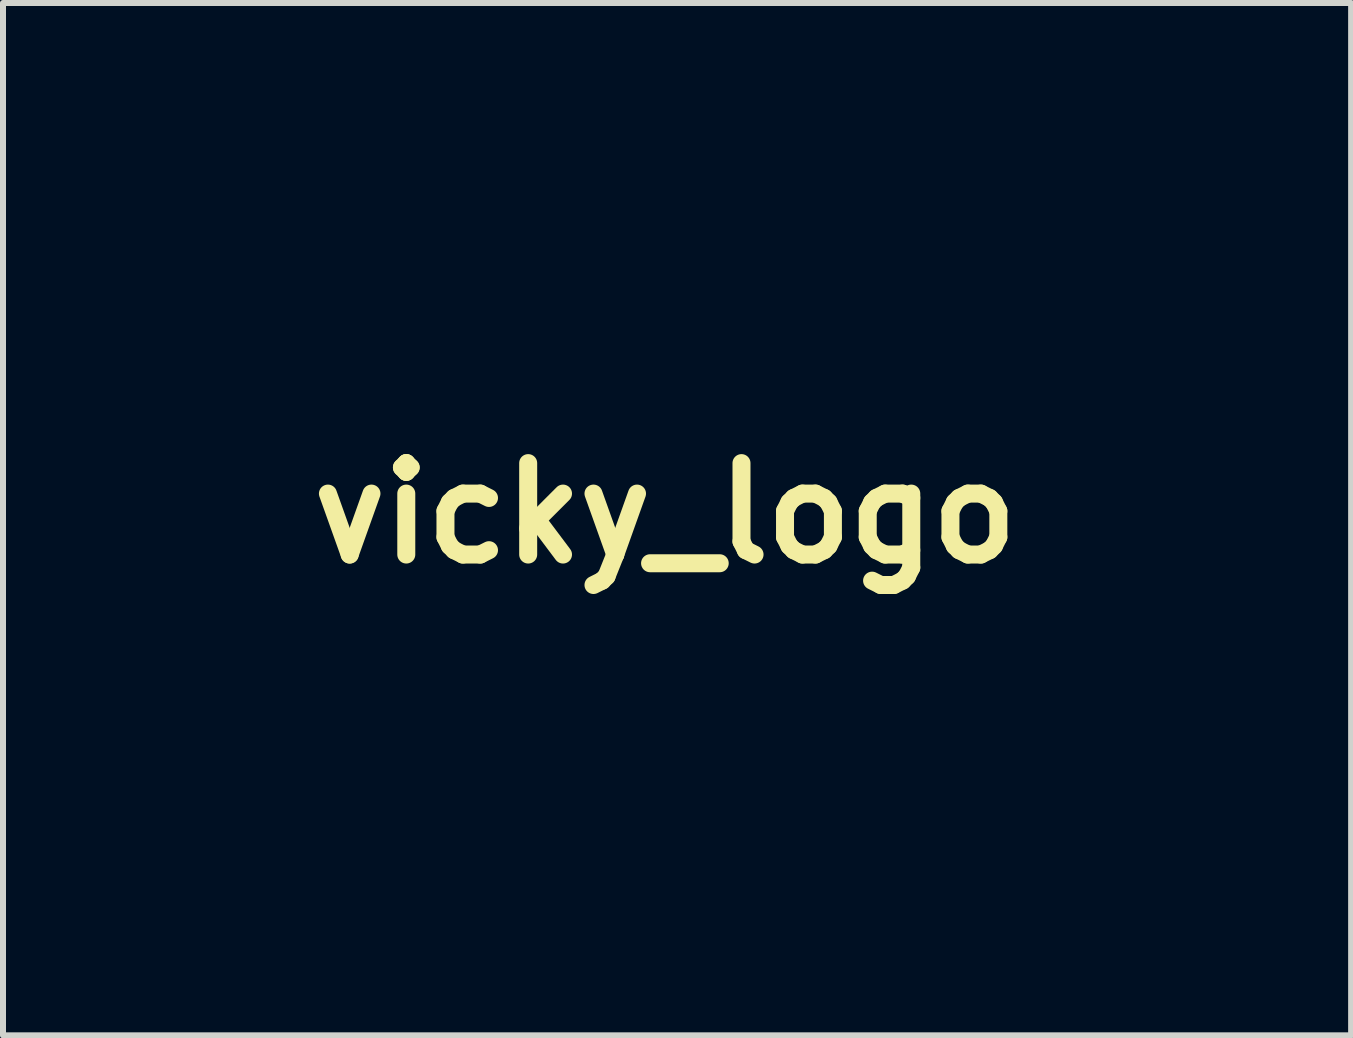
<source format=kicad_pcb>
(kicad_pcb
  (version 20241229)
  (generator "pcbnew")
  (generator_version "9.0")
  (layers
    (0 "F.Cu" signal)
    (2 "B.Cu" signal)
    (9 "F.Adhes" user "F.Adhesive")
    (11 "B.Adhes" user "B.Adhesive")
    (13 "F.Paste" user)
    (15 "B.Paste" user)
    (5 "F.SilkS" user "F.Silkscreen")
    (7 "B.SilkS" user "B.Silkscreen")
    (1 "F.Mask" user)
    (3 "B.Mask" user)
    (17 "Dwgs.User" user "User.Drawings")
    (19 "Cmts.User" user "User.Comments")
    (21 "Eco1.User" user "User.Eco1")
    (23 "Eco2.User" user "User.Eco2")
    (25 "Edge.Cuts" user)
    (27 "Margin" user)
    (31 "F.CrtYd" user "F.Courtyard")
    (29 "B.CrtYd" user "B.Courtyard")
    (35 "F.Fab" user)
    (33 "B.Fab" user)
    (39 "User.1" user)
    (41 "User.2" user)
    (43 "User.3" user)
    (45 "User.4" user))
  (footprint "vicky_logo"
    (layer "F.Cu")
    (at 8.041 5.505)
    (property "Reference" "vicky_logo" (at 0 0 0) (layer "F.SilkS") (effects (font (size 1.524 1.524) (thickness 0.3))))
    (attr through_hole)
    (fp_poly (pts (xy -5.5 -5.495) (xy -5.505 -5.49) (xy -5.51 -5.495) (xy -5.505 -5.5) (xy -5.5 -5.495)) (stroke (width 0.01) (type solid)) (fill yes) (layer "F.Mask"))
    (fp_poly (pts (xy -5.07 -0.493) (xy -5.075 -0.488) (xy -5.08 -0.493) (xy -5.075 -0.498) (xy -5.07 -0.493)) (stroke (width 0.01) (type solid)) (fill yes) (layer "F.Mask"))
    (fp_poly (pts (xy -0.948 0.699) (xy -0.953 0.703) (xy -0.957 0.699) (xy -0.953 0.694) (xy -0.948 0.699)) (stroke (width 0.01) (type solid)) (fill yes) (layer "F.Mask"))
    (fp_poly (pts (xy 5.021 1.48) (xy 5.016 1.485) (xy 5.012 1.48) (xy 5.016 1.475) (xy 5.021 1.48)) (stroke (width 0.01) (type solid)) (fill yes) (layer "F.Mask"))
    (fp_poly (pts (xy 5.441 0.728) (xy 5.437 0.733) (xy 5.432 0.728) (xy 5.437 0.723) (xy 5.441 0.728)) (stroke (width 0.01) (type solid)) (fill yes) (layer "F.Mask"))
    (fp_poly (pts (xy 7.024 0.278) (xy 7.019 0.283) (xy 7.014 0.278) (xy 7.019 0.274) (xy 7.024 0.278)) (stroke (width 0.01) (type solid)) (fill yes) (layer "F.Mask"))
    (fp_poly (pts (xy 7.356 -1.451) (xy 7.351 -1.446) (xy 7.346 -1.451) (xy 7.351 -1.456) (xy 7.356 -1.451)) (stroke (width 0.01) (type solid)) (fill yes) (layer "F.Mask"))
    (fp_poly (pts (xy 4.229 3.583) (xy 4.23 3.59) (xy 4.225 3.603) (xy 4.22 3.605) (xy 4.211 3.598) (xy 4.211 3.596) (xy 4.218 3.582) (xy 4.22 3.58) (xy 4.229 3.583)) (stroke (width 0.01) (type solid)) (fill yes) (layer "F.Mask"))
    (fp_poly (pts (xy -1.369 -3.809) (xy -1.338 -3.79) (xy -1.314 -3.779) (xy -1.28 -3.769) (xy -1.265 -3.766) (xy -1.235 -3.761) (xy -1.211 -3.754) (xy -1.205 -3.75) (xy -1.191 -3.747) (xy -1.187 -3.751) (xy -1.173 -3.76) (xy -1.166 -3.761) (xy -1.156 -3.756) (xy -1.158 -3.74) (xy -1.16 -3.731) (xy -1.158 -3.725) (xy -1.148 -3.722) (xy -1.127 -3.722) (xy -1.091 -3.723) (xy -1.06 -3.725) (xy -1.015 -3.726) (xy -0.984 -3.726) (xy -0.968 -3.724) (xy -0.968 -3.721) (xy -0.975 -3.715) (xy -0.97 -3.712) (xy -0.949 -3.711) (xy -0.926 -3.712) (xy -0.902 -3.711) (xy -0.889 -3.705) (xy -0.889 -3.703) (xy -0.88 -3.697) (xy -0.856 -3.693) (xy -0.84 -3.693) (xy -0.811 -3.692) (xy -0.796 -3.687) (xy -0.791 -3.677) (xy -0.791 -3.675) (xy -0.797 -3.654) (xy -0.803 -3.646) (xy -0.807 -3.636) (xy -0.794 -3.627) (xy -0.787 -3.625) (xy -0.769 -3.613) (xy -0.742 -3.591) (xy -0.712 -3.562) (xy -0.698 -3.548) (xy -0.647 -3.499) (xy -0.599 -3.465) (xy -0.549 -3.444) (xy -0.493 -3.433) (xy -0.493 -3.433) (xy -0.433 -3.424) (xy -0.387 -3.409) (xy -0.349 -3.384) (xy -0.313 -3.347) (xy -0.295 -3.324) (xy -0.275 -3.299) (xy -0.259 -3.281) (xy -0.252 -3.274) (xy -0.243 -3.264) (xy -0.23 -3.242) (xy -0.215 -3.216) (xy -0.187 -3.171) (xy -0.143 -3.12) (xy -0.106 -3.082) (xy -0.071 -3.047) (xy -0.04 -3.012) (xy -0.017 -2.982) (xy -0.006 -2.965) (xy 0.008 -2.936) (xy 0.026 -2.898) (xy 0.045 -2.86) (xy 0.061 -2.827) (xy 0.073 -2.798) (xy 0.078 -2.781) (xy 0.078 -2.78) (xy 0.082 -2.758) (xy 0.087 -2.747) (xy 0.097 -2.726) (xy 0.109 -2.701) (xy 0.12 -2.68) (xy 0.14 -2.648) (xy 0.165 -2.613) (xy 0.171 -2.603) (xy 0.197 -2.567) (xy 0.219 -2.532) (xy 0.235 -2.505) (xy 0.237 -2.5) (xy 0.253 -2.474) (xy 0.276 -2.441) (xy 0.293 -2.42) (xy 0.313 -2.396) (xy 0.325 -2.38) (xy 0.326 -2.374) (xy 0.327 -2.369) (xy 0.338 -2.36) (xy 0.349 -2.349) (xy 0.348 -2.345) (xy 0.346 -2.339) (xy 0.35 -2.332) (xy 0.355 -2.319) (xy 0.361 -2.289) (xy 0.368 -2.248) (xy 0.376 -2.198) (xy 0.381 -2.164) (xy 0.389 -2.109) (xy 0.398 -2.059) (xy 0.406 -2.017) (xy 0.413 -1.989) (xy 0.417 -1.98) (xy 0.439 -1.929) (xy 0.456 -1.873) (xy 0.467 -1.819) (xy 0.469 -1.793) (xy 0.479 -1.733) (xy 0.494 -1.695) (xy 0.509 -1.656) (xy 0.521 -1.611) (xy 0.524 -1.587) (xy 0.53 -1.551) (xy 0.538 -1.518) (xy 0.543 -1.503) (xy 0.553 -1.473) (xy 0.557 -1.443) (xy 0.561 -1.416) (xy 0.571 -1.398) (xy 0.571 -1.397) (xy 0.581 -1.377) (xy 0.58 -1.362) (xy 0.578 -1.336) (xy 0.582 -1.321) (xy 0.586 -1.303) (xy 0.59 -1.272) (xy 0.592 -1.246) (xy 0.596 -1.21) (xy 0.603 -1.185) (xy 0.608 -1.178) (xy 0.619 -1.164) (xy 0.635 -1.137) (xy 0.654 -1.103) (xy 0.673 -1.067) (xy 0.689 -1.032) (xy 0.7 -1.006) (xy 0.703 -0.992) (xy 0.707 -0.975) (xy 0.717 -0.948) (xy 0.724 -0.932) (xy 0.735 -0.907) (xy 0.74 -0.882) (xy 0.742 -0.852) (xy 0.739 -0.809) (xy 0.739 -0.808) (xy 0.737 -0.764) (xy 0.738 -0.722) (xy 0.741 -0.691) (xy 0.741 -0.687) (xy 0.744 -0.65) (xy 0.742 -0.607) (xy 0.74 -0.593) (xy 0.736 -0.563) (xy 0.735 -0.525) (xy 0.738 -0.475) (xy 0.743 -0.41) (xy 0.746 -0.382) (xy 0.752 -0.312) (xy 0.756 -0.26) (xy 0.756 -0.225) (xy 0.753 -0.206) (xy 0.752 -0.205) (xy 0.739 -0.179) (xy 0.732 -0.166) (xy 0.729 -0.143) (xy 0.734 -0.11) (xy 0.744 -0.074) (xy 0.758 -0.042) (xy 0.772 -0.024) (xy 0.786 -0.013) (xy 0.791 -0.015) (xy 0.791 -0.023) (xy 0.799 -0.036) (xy 0.811 -0.039) (xy 0.827 -0.043) (xy 0.83 -0.048) (xy 0.839 -0.058) (xy 0.86 -0.068) (xy 0.886 -0.074) (xy 0.909 -0.075) (xy 0.913 -0.074) (xy 0.937 -0.073) (xy 0.97 -0.076) (xy 0.983 -0.078) (xy 1.016 -0.084) (xy 1.037 -0.081) (xy 1.041 -0.078) (xy 1.058 -0.071) (xy 1.072 -0.084) (xy 1.079 -0.107) (xy 1.089 -0.134) (xy 1.099 -0.142) (xy 1.112 -0.13) (xy 1.114 -0.127) (xy 1.12 -0.116) (xy 1.128 -0.113) (xy 1.143 -0.118) (xy 1.168 -0.131) (xy 1.177 -0.136) (xy 1.23 -0.165) (xy 1.401 -0.162) (xy 1.457 -0.16) (xy 1.507 -0.158) (xy 1.547 -0.156) (xy 1.574 -0.153) (xy 1.583 -0.151) (xy 1.598 -0.152) (xy 1.609 -0.162) (xy 1.617 -0.171) (xy 1.629 -0.175) (xy 1.649 -0.174) (xy 1.683 -0.167) (xy 1.683 -0.167) (xy 1.718 -0.158) (xy 1.747 -0.147) (xy 1.761 -0.139) (xy 1.782 -0.128) (xy 1.812 -0.122) (xy 1.817 -0.122) (xy 1.842 -0.119) (xy 1.863 -0.109) (xy 1.887 -0.088) (xy 1.897 -0.077) (xy 1.945 -0.019) (xy 1.99 0.052) (xy 2.031 0.131) (xy 2.053 0.184) (xy 2.075 0.235) (xy 2.098 0.275) (xy 2.127 0.309) (xy 2.164 0.342) (xy 2.182 0.36) (xy 2.204 0.385) (xy 2.226 0.414) (xy 2.245 0.442) (xy 2.261 0.467) (xy 2.268 0.484) (xy 2.267 0.488) (xy 2.257 0.496) (xy 2.257 0.498) (xy 2.265 0.506) (xy 2.276 0.508) (xy 2.296 0.516) (xy 2.314 0.536) (xy 2.325 0.56) (xy 2.325 0.566) (xy 2.332 0.582) (xy 2.348 0.604) (xy 2.359 0.617) (xy 2.382 0.647) (xy 2.393 0.674) (xy 2.393 0.678) (xy 2.397 0.697) (xy 2.403 0.703) (xy 2.411 0.712) (xy 2.413 0.726) (xy 2.42 0.748) (xy 2.437 0.771) (xy 2.437 0.772) (xy 2.454 0.791) (xy 2.462 0.807) (xy 2.462 0.808) (xy 2.467 0.82) (xy 2.47 0.821) (xy 2.474 0.83) (xy 2.477 0.853) (xy 2.479 0.886) (xy 2.479 0.887) (xy 2.482 0.928) (xy 2.488 0.967) (xy 2.494 0.992) (xy 2.505 1.024) (xy 2.514 1.053) (xy 2.515 1.058) (xy 2.522 1.082) (xy 2.535 1.115) (xy 2.544 1.136) (xy 2.556 1.167) (xy 2.564 1.203) (xy 2.569 1.248) (xy 2.573 1.294) (xy 2.576 1.34) (xy 2.58 1.376) (xy 2.585 1.399) (xy 2.589 1.405) (xy 2.6 1.416) (xy 2.613 1.439) (xy 2.625 1.47) (xy 2.636 1.503) (xy 2.644 1.534) (xy 2.647 1.559) (xy 2.644 1.572) (xy 2.641 1.573) (xy 2.638 1.582) (xy 2.636 1.605) (xy 2.636 1.636) (xy 2.637 1.671) (xy 2.64 1.705) (xy 2.643 1.731) (xy 2.648 1.744) (xy 2.659 1.768) (xy 2.664 1.798) (xy 2.662 1.827) (xy 2.654 1.844) (xy 2.645 1.863) (xy 2.634 1.897) (xy 2.625 1.94) (xy 2.617 1.988) (xy 2.612 2.035) (xy 2.609 2.077) (xy 2.609 2.082) (xy 2.608 2.116) (xy 2.604 2.145) (xy 2.6 2.157) (xy 2.594 2.178) (xy 2.59 2.21) (xy 2.589 2.234) (xy 2.585 2.284) (xy 2.572 2.315) (xy 2.564 2.332) (xy 2.559 2.357) (xy 2.556 2.393) (xy 2.555 2.437) (xy 2.555 2.534) (xy 2.52 2.566) (xy 2.489 2.604) (xy 2.474 2.639) (xy 2.459 2.681) (xy 2.44 2.717) (xy 2.42 2.742) (xy 2.404 2.752) (xy 2.391 2.763) (xy 2.378 2.787) (xy 2.369 2.813) (xy 2.367 2.836) (xy 2.369 2.842) (xy 2.368 2.858) (xy 2.358 2.88) (xy 2.342 2.904) (xy 2.324 2.922) (xy 2.317 2.926) (xy 2.301 2.938) (xy 2.296 2.947) (xy 2.289 2.958) (xy 2.271 2.979) (xy 2.245 3.004) (xy 2.236 3.013) (xy 2.205 3.042) (xy 2.178 3.071) (xy 2.16 3.093) (xy 2.158 3.096) (xy 2.138 3.119) (xy 2.109 3.141) (xy 2.101 3.145) (xy 2.058 3.172) (xy 2.033 3.2) (xy 2.027 3.228) (xy 2.028 3.232) (xy 2.028 3.249) (xy 2.02 3.265) (xy 2 3.286) (xy 1.985 3.299) (xy 1.926 3.345) (xy 1.872 3.378) (xy 1.827 3.396) (xy 1.803 3.4) (xy 1.779 3.401) (xy 1.77 3.407) (xy 1.771 3.419) (xy 1.769 3.441) (xy 1.751 3.453) (xy 1.717 3.457) (xy 1.69 3.458) (xy 1.67 3.464) (xy 1.669 3.465) (xy 1.654 3.474) (xy 1.626 3.486) (xy 1.591 3.502) (xy 1.578 3.507) (xy 1.545 3.519) (xy 1.518 3.528) (xy 1.49 3.534) (xy 1.457 3.538) (xy 1.415 3.54) (xy 1.358 3.542) (xy 1.302 3.542) (xy 1.248 3.542) (xy 1.202 3.54) (xy 1.168 3.537) (xy 1.163 3.536) (xy 1.131 3.532) (xy 1.086 3.531) (xy 1.034 3.531) (xy 0.991 3.532) (xy 0.932 3.534) (xy 0.886 3.533) (xy 0.854 3.529) (xy 0.847 3.527) (xy 0.826 3.515) (xy 0.798 3.493) (xy 0.774 3.47) (xy 0.743 3.441) (xy 0.713 3.423) (xy 0.679 3.415) (xy 0.636 3.415) (xy 0.59 3.42) (xy 0.526 3.424) (xy 0.477 3.417) (xy 0.433 3.411) (xy 0.385 3.415) (xy 0.374 3.416) (xy 0.337 3.422) (xy 0.311 3.421) (xy 0.292 3.414) (xy 0.271 3.406) (xy 0.254 3.41) (xy 0.247 3.415) (xy 0.231 3.423) (xy 0.22 3.418) (xy 0.211 3.404) (xy 0.195 3.387) (xy 0.181 3.38) (xy 0.168 3.375) (xy 0.166 3.37) (xy 0.158 3.362) (xy 0.153 3.361) (xy 0.135 3.354) (xy 0.127 3.346) (xy 0.108 3.334) (xy 0.093 3.331) (xy 0.071 3.323) (xy 0.055 3.308) (xy 0.036 3.29) (xy 0.003 3.272) (xy -0.017 3.264) (xy -0.052 3.25) (xy -0.084 3.236) (xy -0.099 3.229) (xy -0.122 3.218) (xy -0.139 3.214) (xy -0.157 3.21) (xy -0.18 3.2) (xy -0.202 3.189) (xy -0.214 3.179) (xy -0.215 3.176) (xy -0.22 3.171) (xy -0.235 3.168) (xy -0.265 3.166) (xy -0.311 3.165) (xy -0.312 3.165) (xy -0.345 3.163) (xy -0.367 3.156) (xy -0.386 3.141) (xy -0.395 3.131) (xy -0.428 3.103) (xy -0.469 3.081) (xy -0.508 3.069) (xy -0.521 3.067) (xy -0.534 3.065) (xy -0.531 3.06) (xy -0.529 3.048) (xy -0.536 3.024) (xy -0.549 2.993) (xy -0.565 2.959) (xy -0.584 2.926) (xy -0.603 2.9) (xy -0.609 2.893) (xy -0.628 2.868) (xy -0.647 2.836) (xy -0.655 2.821) (xy -0.674 2.788) (xy -0.702 2.752) (xy -0.723 2.729) (xy -0.751 2.701) (xy -0.774 2.672) (xy -0.787 2.653) (xy -0.807 2.625) (xy -0.831 2.603) (xy -0.832 2.603) (xy -0.853 2.585) (xy -0.859 2.574) (xy -0.849 2.569) (xy -0.849 2.569) (xy -0.849 2.563) (xy -0.861 2.546) (xy -0.881 2.523) (xy -0.883 2.521) (xy -0.906 2.495) (xy -0.922 2.474) (xy -0.928 2.463) (xy -0.934 2.434) (xy -0.949 2.397) (xy -0.97 2.356) (xy -0.995 2.317) (xy -1.016 2.291) (xy -1.058 2.243) (xy -1.099 2.192) (xy -1.135 2.142) (xy -1.163 2.098) (xy -1.176 2.074) (xy -1.194 2.044) (xy -1.211 2.032) (xy -1.213 2.032) (xy -1.228 2.027) (xy -1.229 2.015) (xy -1.222 2.008) (xy -1.217 1.995) (xy -1.217 1.971) (xy -1.221 1.942) (xy -1.229 1.915) (xy -1.238 1.898) (xy -1.239 1.898) (xy -1.248 1.884) (xy -1.244 1.875) (xy -1.24 1.867) (xy -1.239 1.854) (xy -1.242 1.832) (xy -1.25 1.799) (xy -1.262 1.752) (xy -1.272 1.714) (xy -1.291 1.643) (xy -1.307 1.572) (xy -1.319 1.505) (xy -1.326 1.448) (xy -1.329 1.41) (xy -1.331 1.383) (xy -1.337 1.365) (xy -1.34 1.362) (xy -1.344 1.35) (xy -1.346 1.323) (xy -1.346 1.288) (xy -1.344 1.256) (xy -1.135 1.256) (xy -1.132 1.276) (xy -1.131 1.278) (xy -1.126 1.291) (xy -1.122 1.318) (xy -1.119 1.354) (xy -1.118 1.359) (xy -1.113 1.425) (xy -1.103 1.481) (xy -1.089 1.534) (xy -1.067 1.593) (xy -1.066 1.594) (xy -1.052 1.63) (xy -1.041 1.661) (xy -1.036 1.68) (xy -1.036 1.683) (xy -1.031 1.701) (xy -1.017 1.731) (xy -0.997 1.77) (xy -0.973 1.813) (xy -0.947 1.857) (xy -0.922 1.897) (xy -0.899 1.929) (xy -0.892 1.937) (xy -0.878 1.958) (xy -0.857 1.99) (xy -0.834 2.029) (xy -0.825 2.045) (xy -0.798 2.093) (xy -0.779 2.128) (xy -0.765 2.15) (xy -0.757 2.163) (xy -0.752 2.169) (xy -0.744 2.18) (xy -0.733 2.202) (xy -0.722 2.227) (xy -0.714 2.246) (xy -0.713 2.251) (xy -0.708 2.262) (xy -0.696 2.284) (xy -0.69 2.294) (xy -0.677 2.317) (xy -0.657 2.352) (xy -0.633 2.395) (xy -0.611 2.437) (xy -0.589 2.479) (xy -0.57 2.514) (xy -0.556 2.538) (xy -0.548 2.55) (xy -0.548 2.55) (xy -0.539 2.561) (xy -0.524 2.582) (xy -0.508 2.607) (xy -0.493 2.63) (xy -0.485 2.646) (xy -0.484 2.649) (xy -0.477 2.657) (xy -0.458 2.674) (xy -0.433 2.695) (xy -0.401 2.724) (xy -0.371 2.758) (xy -0.356 2.78) (xy -0.325 2.822) (xy -0.285 2.859) (xy -0.242 2.889) (xy -0.201 2.906) (xy -0.193 2.908) (xy -0.163 2.916) (xy -0.139 2.929) (xy -0.135 2.932) (xy -0.119 2.945) (xy -0.11 2.949) (xy -0.096 2.951) (xy -0.075 2.958) (xy -0.051 2.967) (xy -0.034 2.97) (xy -0.018 2.975) (xy -0.015 2.978) (xy -0.004 2.986) (xy 0.02 2.997) (xy 0.051 3.009) (xy 0.088 3.025) (xy 0.123 3.045) (xy 0.142 3.059) (xy 0.168 3.077) (xy 0.201 3.086) (xy 0.243 3.086) (xy 0.299 3.078) (xy 0.315 3.075) (xy 0.35 3.069) (xy 0.373 3.069) (xy 0.39 3.074) (xy 0.394 3.077) (xy 0.414 3.083) (xy 0.452 3.089) (xy 0.506 3.095) (xy 0.562 3.099) (xy 0.621 3.103) (xy 0.664 3.107) (xy 0.693 3.111) (xy 0.711 3.116) (xy 0.72 3.123) (xy 0.72 3.123) (xy 0.735 3.133) (xy 0.76 3.134) (xy 0.769 3.133) (xy 0.811 3.132) (xy 0.858 3.142) (xy 0.899 3.159) (xy 0.903 3.162) (xy 0.918 3.171) (xy 0.931 3.174) (xy 0.948 3.17) (xy 0.973 3.162) (xy 1.002 3.155) (xy 1.04 3.151) (xy 1.084 3.148) (xy 1.129 3.148) (xy 1.168 3.149) (xy 1.197 3.153) (xy 1.21 3.158) (xy 1.224 3.162) (xy 1.255 3.165) (xy 1.298 3.168) (xy 1.35 3.17) (xy 1.407 3.17) (xy 1.467 3.171) (xy 1.525 3.17) (xy 1.578 3.168) (xy 1.622 3.166) (xy 1.655 3.163) (xy 1.672 3.159) (xy 1.731 3.131) (xy 1.784 3.104) (xy 1.827 3.08) (xy 1.857 3.06) (xy 1.868 3.05) (xy 1.888 3.035) (xy 1.905 3.028) (xy 1.92 3.022) (xy 1.942 3.005) (xy 1.959 2.989) (xy 1.988 2.962) (xy 2.019 2.939) (xy 2.033 2.93) (xy 2.062 2.91) (xy 2.087 2.883) (xy 2.089 2.88) (xy 2.106 2.857) (xy 2.132 2.827) (xy 2.162 2.796) (xy 2.164 2.794) (xy 2.21 2.745) (xy 2.245 2.7) (xy 2.268 2.662) (xy 2.276 2.632) (xy 2.276 2.631) (xy 2.274 2.614) (xy 2.264 2.609) (xy 2.244 2.611) (xy 2.2 2.621) (xy 2.151 2.635) (xy 2.106 2.65) (xy 2.073 2.664) (xy 2.051 2.675) (xy 2.039 2.675) (xy 2.032 2.667) (xy 2.024 2.66) (xy 2.022 2.664) (xy 2.013 2.67) (xy 1.987 2.677) (xy 1.951 2.681) (xy 1.912 2.686) (xy 1.876 2.692) (xy 1.852 2.699) (xy 1.831 2.705) (xy 1.817 2.699) (xy 1.812 2.693) (xy 1.797 2.682) (xy 1.769 2.677) (xy 1.747 2.677) (xy 1.715 2.676) (xy 1.697 2.671) (xy 1.687 2.661) (xy 1.682 2.652) (xy 1.673 2.629) (xy 1.671 2.614) (xy 1.662 2.601) (xy 1.651 2.596) (xy 1.634 2.583) (xy 1.614 2.551) (xy 1.595 2.514) (xy 1.577 2.474) (xy 1.566 2.443) (xy 1.56 2.413) (xy 1.559 2.375) (xy 1.558 2.351) (xy 1.558 2.308) (xy 1.555 2.281) (xy 1.55 2.265) (xy 1.543 2.256) (xy 1.541 2.256) (xy 1.529 2.242) (xy 1.524 2.215) (xy 1.524 2.201) (xy 1.521 2.169) (xy 1.513 2.148) (xy 1.51 2.145) (xy 1.492 2.121) (xy 1.492 2.092) (xy 1.494 2.089) (xy 1.637 2.089) (xy 1.664 2.143) (xy 1.678 2.173) (xy 1.687 2.197) (xy 1.69 2.207) (xy 1.697 2.218) (xy 1.714 2.239) (xy 1.74 2.266) (xy 1.761 2.288) (xy 1.832 2.358) (xy 1.905 2.356) (xy 1.943 2.354) (xy 1.976 2.351) (xy 1.996 2.348) (xy 1.997 2.348) (xy 2.01 2.348) (xy 2.01 2.356) (xy 2.015 2.369) (xy 2.03 2.381) (xy 2.051 2.388) (xy 2.072 2.384) (xy 2.084 2.379) (xy 2.107 2.368) (xy 2.117 2.366) (xy 2.12 2.373) (xy 2.12 2.382) (xy 2.129 2.4) (xy 2.156 2.416) (xy 2.157 2.416) (xy 2.196 2.432) (xy 2.221 2.44) (xy 2.238 2.441) (xy 2.25 2.435) (xy 2.254 2.431) (xy 2.269 2.424) (xy 2.29 2.431) (xy 2.291 2.431) (xy 2.31 2.436) (xy 2.323 2.429) (xy 2.331 2.418) (xy 2.341 2.396) (xy 2.342 2.38) (xy 2.34 2.369) (xy 2.34 2.349) (xy 2.343 2.317) (xy 2.349 2.272) (xy 2.357 2.212) (xy 2.369 2.137) (xy 2.376 2.083) (xy 2.379 2.045) (xy 2.377 2.021) (xy 2.374 2.013) (xy 2.367 1.989) (xy 2.364 1.964) (xy 2.361 1.942) (xy 2.349 1.934) (xy 2.347 1.934) (xy 2.33 1.928) (xy 2.305 1.913) (xy 2.291 1.903) (xy 2.263 1.881) (xy 2.237 1.862) (xy 2.228 1.856) (xy 2.202 1.841) (xy 2.173 1.824) (xy 2.17 1.822) (xy 2.146 1.805) (xy 2.116 1.78) (xy 2.084 1.75) (xy 2.082 1.747) (xy 2.05 1.717) (xy 2.025 1.699) (xy 2 1.689) (xy 1.983 1.685) (xy 1.949 1.678) (xy 1.919 1.667) (xy 1.913 1.664) (xy 1.887 1.655) (xy 1.867 1.651) (xy 1.852 1.657) (xy 1.829 1.673) (xy 1.802 1.693) (xy 1.776 1.716) (xy 1.757 1.736) (xy 1.749 1.749) (xy 1.749 1.749) (xy 1.745 1.762) (xy 1.735 1.787) (xy 1.721 1.819) (xy 1.719 1.822) (xy 1.704 1.861) (xy 1.687 1.91) (xy 1.671 1.963) (xy 1.664 1.988) (xy 1.637 2.089) (xy 1.494 2.089) (xy 1.509 2.063) (xy 1.525 2.04) (xy 1.534 2.019) (xy 1.534 2.016) (xy 1.539 1.994) (xy 1.548 1.973) (xy 1.559 1.945) (xy 1.563 1.918) (xy 1.566 1.894) (xy 1.573 1.881) (xy 1.573 1.881) (xy 1.585 1.866) (xy 1.598 1.84) (xy 1.611 1.809) (xy 1.62 1.78) (xy 1.622 1.764) (xy 1.63 1.739) (xy 1.642 1.729) (xy 1.67 1.71) (xy 1.694 1.689) (xy 1.708 1.67) (xy 1.71 1.663) (xy 1.717 1.636) (xy 1.738 1.599) (xy 1.77 1.558) (xy 1.791 1.536) (xy 1.819 1.509) (xy 1.84 1.493) (xy 1.859 1.486) (xy 1.878 1.485) (xy 1.914 1.489) (xy 1.949 1.499) (xy 1.95 1.5) (xy 1.984 1.509) (xy 2.022 1.514) (xy 2.028 1.514) (xy 2.055 1.516) (xy 2.073 1.522) (xy 2.076 1.524) (xy 2.089 1.532) (xy 2.105 1.534) (xy 2.128 1.542) (xy 2.143 1.557) (xy 2.174 1.598) (xy 2.203 1.623) (xy 2.228 1.63) (xy 2.229 1.63) (xy 2.244 1.632) (xy 2.261 1.643) (xy 2.283 1.668) (xy 2.293 1.682) (xy 2.325 1.72) (xy 2.351 1.742) (xy 2.369 1.747) (xy 2.379 1.737) (xy 2.38 1.71) (xy 2.378 1.696) (xy 2.375 1.671) (xy 2.373 1.631) (xy 2.371 1.583) (xy 2.37 1.531) (xy 2.37 1.527) (xy 2.369 1.48) (xy 2.368 1.441) (xy 2.367 1.414) (xy 2.366 1.402) (xy 2.365 1.402) (xy 2.356 1.401) (xy 2.344 1.385) (xy 2.333 1.359) (xy 2.324 1.327) (xy 2.316 1.29) (xy 2.309 1.254) (xy 2.306 1.241) (xy 2.296 1.207) (xy 2.282 1.174) (xy 2.282 1.174) (xy 2.269 1.145) (xy 2.257 1.108) (xy 2.251 1.087) (xy 2.237 1.043) (xy 2.216 0.994) (xy 2.193 0.945) (xy 2.169 0.903) (xy 2.147 0.871) (xy 2.137 0.86) (xy 2.125 0.844) (xy 2.109 0.816) (xy 2.091 0.78) (xy 2.086 0.769) (xy 2.061 0.718) (xy 2.034 0.679) (xy 2.008 0.653) (xy 1.985 0.631) (xy 1.968 0.612) (xy 1.964 0.603) (xy 1.957 0.586) (xy 1.939 0.556) (xy 1.912 0.517) (xy 1.876 0.471) (xy 1.834 0.42) (xy 1.788 0.366) (xy 1.757 0.331) (xy 1.73 0.297) (xy 1.714 0.268) (xy 1.71 0.252) (xy 1.703 0.24) (xy 1.686 0.217) (xy 1.661 0.188) (xy 1.641 0.167) (xy 1.612 0.134) (xy 1.59 0.106) (xy 1.576 0.084) (xy 1.573 0.076) (xy 1.566 0.057) (xy 1.55 0.051) (xy 1.532 0.059) (xy 1.527 0.064) (xy 1.517 0.074) (xy 1.514 0.069) (xy 1.509 0.061) (xy 1.49 0.061) (xy 1.478 0.063) (xy 1.436 0.069) (xy 1.396 0.072) (xy 1.362 0.071) (xy 1.339 0.067) (xy 1.331 0.061) (xy 1.319 0.052) (xy 1.294 0.049) (xy 1.262 0.053) (xy 1.23 0.064) (xy 1.223 0.067) (xy 1.195 0.079) (xy 1.156 0.092) (xy 1.119 0.102) (xy 1.063 0.117) (xy 1.015 0.132) (xy 0.979 0.145) (xy 0.956 0.156) (xy 0.953 0.158) (xy 0.935 0.165) (xy 0.929 0.166) (xy 0.911 0.172) (xy 0.9 0.18) (xy 0.881 0.189) (xy 0.852 0.195) (xy 0.835 0.196) (xy 0.789 0.205) (xy 0.74 0.222) (xy 0.733 0.226) (xy 0.698 0.243) (xy 0.653 0.263) (xy 0.607 0.284) (xy 0.596 0.289) (xy 0.509 0.327) (xy 0.435 0.361) (xy 0.377 0.389) (xy 0.37 0.392) (xy 0.347 0.402) (xy 0.331 0.405) (xy 0.329 0.404) (xy 0.319 0.406) (xy 0.3 0.417) (xy 0.297 0.419) (xy 0.278 0.431) (xy 0.264 0.435) (xy 0.264 0.435) (xy 0.251 0.435) (xy 0.227 0.441) (xy 0.215 0.445) (xy 0.181 0.454) (xy 0.15 0.459) (xy 0.143 0.459) (xy 0.113 0.464) (xy 0.083 0.477) (xy 0.081 0.478) (xy 0.048 0.493) (xy 0.001 0.507) (xy -0.055 0.518) (xy -0.103 0.525) (xy -0.134 0.525) (xy -0.153 0.516) (xy -0.156 0.513) (xy -0.164 0.497) (xy -0.16 0.49) (xy -0.15 0.477) (xy -0.143 0.456) (xy -0.13 0.428) (xy -0.114 0.41) (xy -0.097 0.394) (xy -0.07 0.37) (xy -0.039 0.343) (xy -0.034 0.338) (xy 0.006 0.304) (xy 0.036 0.282) (xy 0.06 0.269) (xy 0.082 0.264) (xy 0.091 0.264) (xy 0.117 0.255) (xy 0.136 0.239) (xy 0.152 0.223) (xy 0.165 0.219) (xy 0.166 0.22) (xy 0.181 0.22) (xy 0.2 0.211) (xy 0.225 0.199) (xy 0.244 0.195) (xy 0.259 0.191) (xy 0.263 0.173) (xy 0.263 0.169) (xy 0.258 0.132) (xy 0.244 0.111) (xy 0.219 0.102) (xy 0.219 0.102) (xy 0.173 0.099) (xy 0.14 0.097) (xy 0.116 0.097) (xy 0.096 0.099) (xy 0.088 0.101) (xy 0.062 0.105) (xy 0.023 0.11) (xy -0.019 0.116) (xy -0.024 0.117) (xy -0.07 0.124) (xy -0.115 0.133) (xy -0.15 0.142) (xy -0.152 0.142) (xy -0.188 0.15) (xy -0.233 0.156) (xy -0.274 0.16) (xy -0.314 0.163) (xy -0.351 0.169) (xy -0.376 0.175) (xy -0.376 0.175) (xy -0.425 0.197) (xy -0.46 0.216) (xy -0.485 0.237) (xy -0.493 0.246) (xy -0.511 0.263) (xy -0.532 0.272) (xy -0.563 0.276) (xy -0.57 0.277) (xy -0.617 0.284) (xy -0.653 0.3) (xy -0.673 0.323) (xy -0.676 0.334) (xy -0.682 0.349) (xy -0.7 0.361) (xy -0.733 0.374) (xy -0.734 0.374) (xy -0.766 0.386) (xy -0.784 0.398) (xy -0.793 0.412) (xy -0.795 0.421) (xy -0.804 0.442) (xy -0.815 0.449) (xy -0.833 0.457) (xy -0.857 0.479) (xy -0.882 0.508) (xy -0.906 0.542) (xy -0.925 0.576) (xy -0.936 0.604) (xy -0.938 0.616) (xy -0.946 0.644) (xy -0.97 0.677) (xy -0.972 0.68) (xy -0.997 0.712) (xy -1.019 0.748) (xy -1.036 0.784) (xy -1.046 0.815) (xy -1.048 0.838) (xy -1.043 0.846) (xy -1.041 0.856) (xy -1.05 0.866) (xy -1.061 0.879) (xy -1.068 0.903) (xy -1.071 0.942) (xy -1.071 0.942) (xy -1.074 0.979) (xy -1.08 1.011) (xy -1.086 1.028) (xy -1.098 1.056) (xy -1.11 1.094) (xy -1.12 1.137) (xy -1.128 1.182) (xy -1.134 1.223) (xy -1.135 1.256) (xy -1.344 1.256) (xy -1.344 1.249) (xy -1.34 1.212) (xy -1.335 1.182) (xy -1.329 1.164) (xy -1.327 1.161) (xy -1.315 1.146) (xy -1.312 1.136) (xy -1.3 1.065) (xy -1.29 1.009) (xy -1.281 0.964) (xy -1.272 0.925) (xy -1.262 0.888) (xy -1.256 0.867) (xy -1.245 0.823) (xy -1.236 0.782) (xy -1.231 0.75) (xy -1.231 0.742) (xy -1.227 0.711) (xy -1.216 0.697) (xy -1.205 0.686) (xy -1.188 0.662) (xy -1.169 0.629) (xy -1.163 0.616) (xy -1.144 0.58) (xy -1.126 0.55) (xy -1.113 0.531) (xy -1.11 0.528) (xy -1.097 0.512) (xy -1.094 0.503) (xy -1.089 0.481) (xy -1.074 0.449) (xy -1.054 0.411) (xy -1.03 0.372) (xy -1.006 0.337) (xy -0.984 0.311) (xy -0.976 0.303) (xy -0.949 0.277) (xy -0.925 0.247) (xy -0.919 0.236) (xy -0.904 0.21) (xy -0.886 0.189) (xy -0.862 0.169) (xy -0.826 0.148) (xy -0.798 0.133) (xy -0.763 0.113) (xy -0.733 0.093) (xy -0.714 0.076) (xy -0.713 0.075) (xy -0.692 0.056) (xy -0.661 0.036) (xy -0.625 0.017) (xy -0.59 0.002) (xy -0.561 -0.006) (xy -0.546 -0.007) (xy -0.524 -0.009) (xy -0.506 -0.024) (xy -0.487 -0.042) (xy -0.456 -0.063) (xy -0.419 -0.084) (xy -0.382 -0.102) (xy -0.351 -0.114) (xy -0.335 -0.117) (xy -0.309 -0.121) (xy -0.295 -0.126) (xy -0.248 -0.15) (xy -0.211 -0.167) (xy -0.181 -0.177) (xy -0.151 -0.183) (xy -0.115 -0.185) (xy -0.07 -0.186) (xy -0.011 -0.187) (xy 0.033 -0.188) (xy 0.065 -0.19) (xy 0.087 -0.193) (xy 0.105 -0.197) (xy 0.12 -0.203) (xy 0.151 -0.212) (xy 0.176 -0.215) (xy 0.199 -0.218) (xy 0.211 -0.226) (xy 0.225 -0.232) (xy 0.252 -0.233) (xy 0.286 -0.229) (xy 0.323 -0.221) (xy 0.356 -0.21) (xy 0.366 -0.205) (xy 0.398 -0.192) (xy 0.424 -0.186) (xy 0.442 -0.187) (xy 0.449 -0.195) (xy 0.442 -0.209) (xy 0.435 -0.215) (xy 0.42 -0.234) (xy 0.403 -0.265) (xy 0.386 -0.302) (xy 0.374 -0.337) (xy 0.368 -0.363) (xy 0.368 -0.366) (xy 0.362 -0.393) (xy 0.351 -0.411) (xy 0.341 -0.425) (xy 0.337 -0.446) (xy 0.338 -0.479) (xy 0.339 -0.485) (xy 0.341 -0.521) (xy 0.338 -0.542) (xy 0.33 -0.555) (xy 0.328 -0.556) (xy 0.316 -0.578) (xy 0.313 -0.615) (xy 0.311 -0.644) (xy 0.305 -0.661) (xy 0.291 -0.671) (xy 0.287 -0.673) (xy 0.269 -0.685) (xy 0.265 -0.703) (xy 0.267 -0.712) (xy 0.266 -0.74) (xy 0.254 -0.778) (xy 0.243 -0.802) (xy 0.222 -0.861) (xy 0.217 -0.915) (xy 0.229 -0.972) (xy 0.23 -0.975) (xy 0.232 -0.993) (xy 0.22 -1.002) (xy 0.217 -1.003) (xy 0.196 -1.015) (xy 0.179 -1.036) (xy 0.171 -1.058) (xy 0.172 -1.068) (xy 0.169 -1.084) (xy 0.157 -1.105) (xy 0.152 -1.111) (xy 0.136 -1.136) (xy 0.127 -1.158) (xy 0.127 -1.162) (xy 0.123 -1.187) (xy 0.118 -1.199) (xy 0.11 -1.216) (xy 0.097 -1.245) (xy 0.081 -1.281) (xy 0.078 -1.29) (xy 0.063 -1.327) (xy 0.049 -1.359) (xy 0.04 -1.38) (xy 0.039 -1.382) (xy 0.035 -1.399) (xy 0.03 -1.431) (xy 0.025 -1.474) (xy 0.02 -1.519) (xy 0.012 -1.607) (xy 0.005 -1.678) (xy -0.001 -1.734) (xy -0.007 -1.776) (xy -0.012 -1.807) (xy -0.018 -1.828) (xy -0.024 -1.843) (xy -0.03 -1.852) (xy -0.044 -1.869) (xy -0.049 -1.879) (xy -0.054 -1.891) (xy -0.066 -1.912) (xy -0.075 -1.927) (xy -0.097 -1.963) (xy -0.119 -2.002) (xy -0.125 -2.012) (xy -0.146 -2.048) (xy -0.169 -2.082) (xy -0.176 -2.092) (xy -0.198 -2.123) (xy -0.219 -2.16) (xy -0.227 -2.175) (xy -0.24 -2.202) (xy -0.25 -2.222) (xy -0.254 -2.227) (xy -0.262 -2.237) (xy -0.279 -2.257) (xy -0.302 -2.285) (xy -0.307 -2.291) (xy -0.333 -2.322) (xy -0.358 -2.35) (xy -0.375 -2.368) (xy -0.377 -2.369) (xy -0.395 -2.388) (xy -0.418 -2.415) (xy -0.43 -2.431) (xy -0.451 -2.456) (xy -0.47 -2.474) (xy -0.479 -2.48) (xy -0.501 -2.495) (xy -0.527 -2.524) (xy -0.556 -2.561) (xy -0.584 -2.603) (xy -0.608 -2.646) (xy -0.627 -2.684) (xy -0.636 -2.715) (xy -0.636 -2.727) (xy -0.643 -2.742) (xy -0.663 -2.759) (xy -0.668 -2.763) (xy -0.697 -2.788) (xy -0.708 -2.814) (xy -0.721 -2.842) (xy -0.742 -2.868) (xy -0.744 -2.87) (xy -0.762 -2.889) (xy -0.771 -2.905) (xy -0.772 -2.908) (xy -0.777 -2.929) (xy -0.791 -2.959) (xy -0.809 -2.991) (xy -0.828 -3.016) (xy -0.836 -3.024) (xy -0.855 -3.045) (xy -0.874 -3.074) (xy -0.877 -3.08) (xy -0.893 -3.103) (xy -0.916 -3.129) (xy -0.941 -3.153) (xy -0.963 -3.169) (xy -0.977 -3.175) (xy -0.988 -3.181) (xy -1.009 -3.195) (xy -1.027 -3.209) (xy -1.05 -3.226) (xy -1.067 -3.237) (xy -1.073 -3.239) (xy -1.082 -3.242) (xy -1.102 -3.254) (xy -1.118 -3.266) (xy -1.17 -3.303) (xy -1.227 -3.339) (xy -1.284 -3.374) (xy -1.341 -3.406) (xy -1.393 -3.434) (xy -1.437 -3.454) (xy -1.471 -3.467) (xy -1.49 -3.47) (xy -1.506 -3.478) (xy -1.519 -3.497) (xy -1.527 -3.522) (xy -1.526 -3.545) (xy -1.522 -3.553) (xy -1.518 -3.57) (xy -1.523 -3.579) (xy -1.531 -3.602) (xy -1.528 -3.634) (xy -1.515 -3.669) (xy -1.495 -3.701) (xy -1.491 -3.707) (xy -1.466 -3.737) (xy -1.44 -3.771) (xy -1.433 -3.78) (xy -1.412 -3.805) (xy -1.393 -3.815) (xy -1.369 -3.809)) (stroke (width 0.01) (type solid)) (fill yes) (layer "F.Mask"))
    (fp_poly (pts (xy 5.369 -2.942) (xy 5.394 -2.919) (xy 5.421 -2.887) (xy 5.448 -2.848) (xy 5.471 -2.807) (xy 5.489 -2.768) (xy 5.499 -2.734) (xy 5.5 -2.723) (xy 5.505 -2.7) (xy 5.511 -2.689) (xy 5.518 -2.673) (xy 5.522 -2.646) (xy 5.524 -2.611) (xy 5.524 -2.576) (xy 5.521 -2.546) (xy 5.516 -2.527) (xy 5.513 -2.523) (xy 5.501 -2.51) (xy 5.5 -2.505) (xy 5.494 -2.492) (xy 5.49 -2.491) (xy 5.482 -2.483) (xy 5.481 -2.477) (xy 5.477 -2.464) (xy 5.473 -2.463) (xy 5.45 -2.461) (xy 5.441 -2.448) (xy 5.441 -2.447) (xy 5.446 -2.436) (xy 5.451 -2.437) (xy 5.46 -2.433) (xy 5.473 -2.415) (xy 5.488 -2.388) (xy 5.502 -2.357) (xy 5.511 -2.332) (xy 5.513 -2.302) (xy 5.509 -2.283) (xy 5.506 -2.265) (xy 5.506 -2.232) (xy 5.507 -2.189) (xy 5.51 -2.141) (xy 5.515 -2.092) (xy 5.521 -2.048) (xy 5.525 -2.024) (xy 5.527 -1.995) (xy 5.521 -1.97) (xy 5.521 -1.97) (xy 5.513 -1.949) (xy 5.507 -1.921) (xy 5.502 -1.885) (xy 5.499 -1.837) (xy 5.497 -1.774) (xy 5.496 -1.7) (xy 5.495 -1.641) (xy 5.493 -1.586) (xy 5.49 -1.539) (xy 5.487 -1.505) (xy 5.484 -1.49) (xy 5.479 -1.462) (xy 5.475 -1.421) (xy 5.472 -1.377) (xy 5.472 -1.364) (xy 5.47 -1.318) (xy 5.466 -1.273) (xy 5.462 -1.238) (xy 5.461 -1.231) (xy 5.458 -1.207) (xy 5.455 -1.168) (xy 5.451 -1.116) (xy 5.448 -1.057) (xy 5.446 -0.994) (xy 5.445 -0.988) (xy 5.443 -0.929) (xy 5.44 -0.876) (xy 5.437 -0.834) (xy 5.433 -0.805) (xy 5.43 -0.792) (xy 5.43 -0.791) (xy 5.426 -0.782) (xy 5.424 -0.757) (xy 5.425 -0.719) (xy 5.426 -0.696) (xy 5.428 -0.651) (xy 5.43 -0.609) (xy 5.431 -0.578) (xy 5.431 -0.568) (xy 5.436 -0.545) (xy 5.449 -0.508) (xy 5.468 -0.463) (xy 5.483 -0.431) (xy 5.534 -0.327) (xy 5.532 -0.234) (xy 5.53 -0.187) (xy 5.528 -0.14) (xy 5.525 -0.102) (xy 5.524 -0.092) (xy 5.522 -0.06) (xy 5.526 -0.038) (xy 5.538 -0.018) (xy 5.541 -0.014) (xy 5.573 0.035) (xy 5.593 0.088) (xy 5.598 0.127) (xy 5.601 0.167) (xy 5.61 0.19) (xy 5.626 0.195) (xy 5.646 0.182) (xy 5.65 0.178) (xy 5.661 0.155) (xy 5.661 0.12) (xy 5.661 0.119) (xy 5.662 0.082) (xy 5.668 0.046) (xy 5.67 0.041) (xy 5.68 0.012) (xy 5.692 -0.027) (xy 5.701 -0.059) (xy 5.712 -0.094) (xy 5.723 -0.122) (xy 5.731 -0.138) (xy 5.742 -0.16) (xy 5.744 -0.175) (xy 5.748 -0.2) (xy 5.758 -0.228) (xy 5.758 -0.228) (xy 5.767 -0.257) (xy 5.777 -0.297) (xy 5.786 -0.341) (xy 5.792 -0.379) (xy 5.793 -0.398) (xy 5.797 -0.416) (xy 5.807 -0.446) (xy 5.821 -0.482) (xy 5.837 -0.52) (xy 5.853 -0.553) (xy 5.862 -0.569) (xy 5.87 -0.589) (xy 5.871 -0.599) (xy 5.877 -0.621) (xy 5.89 -0.651) (xy 5.908 -0.681) (xy 5.926 -0.705) (xy 5.93 -0.708) (xy 5.952 -0.732) (xy 5.966 -0.756) (xy 5.972 -0.775) (xy 5.966 -0.785) (xy 5.962 -0.793) (xy 5.975 -0.808) (xy 5.99 -0.825) (xy 6.009 -0.855) (xy 6.026 -0.889) (xy 6.051 -0.938) (xy 6.075 -0.973) (xy 6.095 -0.993) (xy 6.105 -0.996) (xy 6.115 -1.003) (xy 6.116 -1.006) (xy 6.122 -1.018) (xy 6.138 -1.04) (xy 6.161 -1.068) (xy 6.187 -1.1) (xy 6.214 -1.13) (xy 6.225 -1.142) (xy 6.246 -1.16) (xy 6.275 -1.183) (xy 6.296 -1.198) (xy 6.33 -1.221) (xy 6.37 -1.249) (xy 6.409 -1.276) (xy 6.445 -1.3) (xy 6.482 -1.322) (xy 6.511 -1.338) (xy 6.512 -1.338) (xy 6.541 -1.354) (xy 6.563 -1.372) (xy 6.568 -1.377) (xy 6.583 -1.392) (xy 6.596 -1.396) (xy 6.617 -1.397) (xy 6.646 -1.406) (xy 6.674 -1.419) (xy 6.692 -1.432) (xy 6.71 -1.442) (xy 6.735 -1.446) (xy 6.763 -1.451) (xy 6.784 -1.461) (xy 6.802 -1.469) (xy 6.81 -1.465) (xy 6.827 -1.453) (xy 6.855 -1.449) (xy 6.889 -1.451) (xy 6.922 -1.46) (xy 6.929 -1.464) (xy 6.957 -1.476) (xy 6.98 -1.477) (xy 7 -1.472) (xy 7.036 -1.467) (xy 7.067 -1.473) (xy 7.096 -1.48) (xy 7.133 -1.485) (xy 7.147 -1.485) (xy 7.178 -1.487) (xy 7.2 -1.492) (xy 7.207 -1.496) (xy 7.222 -1.501) (xy 7.237 -1.496) (xy 7.262 -1.488) (xy 7.286 -1.485) (xy 7.315 -1.477) (xy 7.331 -1.46) (xy 7.347 -1.443) (xy 7.362 -1.436) (xy 7.395 -1.427) (xy 7.427 -1.4) (xy 7.456 -1.357) (xy 7.464 -1.342) (xy 7.478 -1.31) (xy 7.489 -1.284) (xy 7.493 -1.27) (xy 7.493 -1.27) (xy 7.498 -1.25) (xy 7.512 -1.221) (xy 7.531 -1.19) (xy 7.55 -1.162) (xy 7.566 -1.145) (xy 7.583 -1.127) (xy 7.591 -1.112) (xy 7.591 -1.111) (xy 7.594 -1.099) (xy 7.603 -1.078) (xy 7.619 -1.046) (xy 7.645 -1.003) (xy 7.672 -0.956) (xy 7.691 -0.924) (xy 7.702 -0.9) (xy 7.708 -0.876) (xy 7.709 -0.844) (xy 7.709 -0.812) (xy 7.708 -0.771) (xy 7.704 -0.743) (xy 7.696 -0.718) (xy 7.681 -0.691) (xy 7.663 -0.663) (xy 7.641 -0.626) (xy 7.624 -0.592) (xy 7.614 -0.565) (xy 7.613 -0.561) (xy 7.607 -0.537) (xy 7.6 -0.523) (xy 7.599 -0.522) (xy 7.592 -0.509) (xy 7.591 -0.5) (xy 7.586 -0.485) (xy 7.575 -0.457) (xy 7.559 -0.42) (xy 7.547 -0.396) (xy 7.528 -0.357) (xy 7.513 -0.325) (xy 7.504 -0.302) (xy 7.503 -0.295) (xy 7.497 -0.283) (xy 7.481 -0.26) (xy 7.46 -0.231) (xy 7.435 -0.2) (xy 7.41 -0.17) (xy 7.392 -0.151) (xy 7.38 -0.138) (xy 7.361 -0.114) (xy 7.342 -0.09) (xy 7.317 -0.062) (xy 7.293 -0.041) (xy 7.276 -0.032) (xy 7.259 -0.021) (xy 7.235 0.003) (xy 7.208 0.033) (xy 7.182 0.067) (xy 7.16 0.099) (xy 7.147 0.125) (xy 7.146 0.129) (xy 7.134 0.151) (xy 7.113 0.179) (xy 7.087 0.209) (xy 7.059 0.236) (xy 7.035 0.255) (xy 7.017 0.264) (xy 7.016 0.264) (xy 7.001 0.272) (xy 6.987 0.294) (xy 6.986 0.296) (xy 6.969 0.323) (xy 6.941 0.358) (xy 6.907 0.394) (xy 6.872 0.426) (xy 6.841 0.45) (xy 6.829 0.457) (xy 6.804 0.473) (xy 6.77 0.5) (xy 6.731 0.535) (xy 6.691 0.574) (xy 6.654 0.613) (xy 6.624 0.648) (xy 6.624 0.648) (xy 6.594 0.68) (xy 6.559 0.712) (xy 6.543 0.723) (xy 6.518 0.742) (xy 6.501 0.756) (xy 6.496 0.761) (xy 6.492 0.808) (xy 6.497 0.842) (xy 6.513 0.865) (xy 6.543 0.884) (xy 6.586 0.899) (xy 6.633 0.917) (xy 6.669 0.936) (xy 6.683 0.948) (xy 6.71 0.968) (xy 6.742 0.98) (xy 6.743 0.981) (xy 6.8 0.999) (xy 6.846 1.031) (xy 6.869 1.058) (xy 6.892 1.088) (xy 6.907 1.105) (xy 6.916 1.111) (xy 6.923 1.11) (xy 6.931 1.104) (xy 6.945 1.097) (xy 6.959 1.103) (xy 6.968 1.111) (xy 6.989 1.125) (xy 7.022 1.139) (xy 7.046 1.148) (xy 7.098 1.17) (xy 7.131 1.198) (xy 7.151 1.218) (xy 7.165 1.23) (xy 7.169 1.231) (xy 7.18 1.237) (xy 7.198 1.253) (xy 7.201 1.256) (xy 7.225 1.276) (xy 7.256 1.296) (xy 7.266 1.3) (xy 7.292 1.316) (xy 7.322 1.338) (xy 7.351 1.364) (xy 7.376 1.389) (xy 7.392 1.409) (xy 7.395 1.419) (xy 7.399 1.437) (xy 7.407 1.466) (xy 7.418 1.498) (xy 7.428 1.522) (xy 7.446 1.542) (xy 7.466 1.55) (xy 7.488 1.557) (xy 7.499 1.564) (xy 7.511 1.571) (xy 7.528 1.573) (xy 7.549 1.58) (xy 7.571 1.603) (xy 7.577 1.612) (xy 7.594 1.633) (xy 7.607 1.645) (xy 7.611 1.645) (xy 7.626 1.647) (xy 7.649 1.662) (xy 7.679 1.687) (xy 7.712 1.719) (xy 7.746 1.757) (xy 7.777 1.797) (xy 7.796 1.821) (xy 7.824 1.852) (xy 7.855 1.885) (xy 7.86 1.89) (xy 7.893 1.928) (xy 7.923 1.969) (xy 7.952 2.021) (xy 7.969 2.055) (xy 7.992 2.101) (xy 8.016 2.142) (xy 8.036 2.176) (xy 8.05 2.194) (xy 8.086 2.241) (xy 8.111 2.285) (xy 8.124 2.323) (xy 8.124 2.345) (xy 8.123 2.369) (xy 8.133 2.38) (xy 8.146 2.392) (xy 8.148 2.398) (xy 8.152 2.414) (xy 8.163 2.444) (xy 8.18 2.487) (xy 8.202 2.539) (xy 8.228 2.597) (xy 8.237 2.618) (xy 8.262 2.688) (xy 8.268 2.735) (xy 8.272 2.772) (xy 8.28 2.803) (xy 8.286 2.814) (xy 8.3 2.842) (xy 8.308 2.869) (xy 8.309 2.89) (xy 8.305 2.896) (xy 8.3 2.909) (xy 8.301 2.933) (xy 8.306 2.962) (xy 8.316 2.988) (xy 8.32 2.995) (xy 8.329 3.016) (xy 8.339 3.047) (xy 8.343 3.067) (xy 8.351 3.102) (xy 8.36 3.133) (xy 8.365 3.145) (xy 8.371 3.165) (xy 8.373 3.195) (xy 8.372 3.239) (xy 8.37 3.273) (xy 8.367 3.32) (xy 8.366 3.352) (xy 8.368 3.376) (xy 8.374 3.397) (xy 8.384 3.42) (xy 8.387 3.426) (xy 8.405 3.467) (xy 8.415 3.499) (xy 8.418 3.529) (xy 8.416 3.565) (xy 8.413 3.582) (xy 8.41 3.619) (xy 8.411 3.643) (xy 8.418 3.659) (xy 8.419 3.66) (xy 8.425 3.679) (xy 8.428 3.714) (xy 8.427 3.761) (xy 8.423 3.816) (xy 8.416 3.876) (xy 8.411 3.908) (xy 8.404 3.95) (xy 8.397 3.997) (xy 8.393 4.02) (xy 8.384 4.067) (xy 8.37 4.106) (xy 8.354 4.134) (xy 8.341 4.144) (xy 8.334 4.154) (xy 8.331 4.178) (xy 8.331 4.22) (xy 8.331 4.228) (xy 8.331 4.27) (xy 8.329 4.297) (xy 8.324 4.308) (xy 8.324 4.308) (xy 8.317 4.317) (xy 8.314 4.338) (xy 8.314 4.342) (xy 8.311 4.366) (xy 8.305 4.38) (xy 8.305 4.381) (xy 8.296 4.394) (xy 8.289 4.417) (xy 8.289 4.418) (xy 8.28 4.449) (xy 8.266 4.482) (xy 8.264 4.486) (xy 8.251 4.519) (xy 8.245 4.553) (xy 8.245 4.557) (xy 8.241 4.584) (xy 8.227 4.609) (xy 8.209 4.63) (xy 8.158 4.683) (xy 8.121 4.723) (xy 8.096 4.753) (xy 8.082 4.771) (xy 8.079 4.78) (xy 8.071 4.791) (xy 8.052 4.809) (xy 8.03 4.825) (xy 7.996 4.852) (xy 7.97 4.885) (xy 7.951 4.919) (xy 7.933 4.953) (xy 7.917 4.975) (xy 7.896 4.99) (xy 7.866 5.005) (xy 7.831 5.023) (xy 7.798 5.045) (xy 7.77 5.067) (xy 7.752 5.086) (xy 7.747 5.097) (xy 7.744 5.103) (xy 7.731 5.112) (xy 7.707 5.125) (xy 7.671 5.143) (xy 7.648 5.157) (xy 7.634 5.172) (xy 7.633 5.173) (xy 7.62 5.188) (xy 7.596 5.206) (xy 7.567 5.222) (xy 7.54 5.234) (xy 7.526 5.236) (xy 7.507 5.242) (xy 7.481 5.256) (xy 7.468 5.265) (xy 7.435 5.287) (xy 7.408 5.294) (xy 7.383 5.287) (xy 7.375 5.283) (xy 7.365 5.279) (xy 7.355 5.28) (xy 7.341 5.289) (xy 7.321 5.308) (xy 7.291 5.338) (xy 7.275 5.355) (xy 7.239 5.391) (xy 7.207 5.42) (xy 7.182 5.44) (xy 7.169 5.446) (xy 7.144 5.458) (xy 7.121 5.476) (xy 7.102 5.493) (xy 7.086 5.5) (xy 7.085 5.5) (xy 7.071 5.507) (xy 7.052 5.524) (xy 7.046 5.53) (xy 7.023 5.552) (xy 7.002 5.555) (xy 7.002 5.555) (xy 6.983 5.558) (xy 6.957 5.576) (xy 6.939 5.592) (xy 6.907 5.619) (xy 6.883 5.63) (xy 6.877 5.63) (xy 6.856 5.632) (xy 6.837 5.641) (xy 6.81 5.653) (xy 6.788 5.656) (xy 6.766 5.66) (xy 6.755 5.667) (xy 6.742 5.678) (xy 6.723 5.688) (xy 6.701 5.692) (xy 6.664 5.696) (xy 6.616 5.699) (xy 6.562 5.7) (xy 6.507 5.7) (xy 6.455 5.699) (xy 6.41 5.696) (xy 6.399 5.695) (xy 6.333 5.682) (xy 6.262 5.66) (xy 6.197 5.631) (xy 6.166 5.613) (xy 6.137 5.598) (xy 6.111 5.589) (xy 6.103 5.588) (xy 6.081 5.582) (xy 6.054 5.568) (xy 6.047 5.563) (xy 6.024 5.549) (xy 6.006 5.543) (xy 6.002 5.543) (xy 5.986 5.544) (xy 5.96 5.54) (xy 5.948 5.537) (xy 5.914 5.53) (xy 5.883 5.526) (xy 5.876 5.526) (xy 5.833 5.516) (xy 5.785 5.492) (xy 5.737 5.458) (xy 5.715 5.437) (xy 5.681 5.407) (xy 5.641 5.376) (xy 5.612 5.359) (xy 5.573 5.333) (xy 5.533 5.302) (xy 5.51 5.28) (xy 5.482 5.256) (xy 5.446 5.23) (xy 5.406 5.205) (xy 5.368 5.184) (xy 5.336 5.171) (xy 5.319 5.168) (xy 5.305 5.161) (xy 5.282 5.144) (xy 5.251 5.118) (xy 5.216 5.086) (xy 5.18 5.053) (xy 5.147 5.02) (xy 5.118 4.99) (xy 5.098 4.967) (xy 5.09 4.953) (xy 5.09 4.952) (xy 5.083 4.936) (xy 5.067 4.917) (xy 5.047 4.9) (xy 5.029 4.89) (xy 5.021 4.89) (xy 5.016 4.888) (xy 5.018 4.88) (xy 5.019 4.87) (xy 5.008 4.871) (xy 5 4.874) (xy 4.969 4.877) (xy 4.955 4.872) (xy 4.895 4.838) (xy 4.849 4.811) (xy 4.816 4.789) (xy 4.791 4.772) (xy 4.772 4.755) (xy 4.757 4.739) (xy 4.754 4.736) (xy 4.695 4.662) (xy 4.646 4.601) (xy 4.608 4.552) (xy 4.579 4.512) (xy 4.559 4.484) (xy 4.532 4.445) (xy 4.503 4.41) (xy 4.477 4.382) (xy 4.455 4.364) (xy 4.443 4.36) (xy 4.433 4.353) (xy 4.426 4.338) (xy 4.414 4.317) (xy 4.393 4.31) (xy 4.369 4.3) (xy 4.339 4.278) (xy 4.327 4.266) (xy 4.301 4.239) (xy 4.268 4.205) (xy 4.234 4.169) (xy 4.228 4.162) (xy 4.181 4.113) (xy 4.147 4.075) (xy 4.124 4.046) (xy 4.11 4.023) (xy 4.104 4.005) (xy 4.103 3.995) (xy 4.098 3.969) (xy 4.08 3.945) (xy 4.047 3.92) (xy 4.034 3.913) (xy 3.996 3.89) (xy 3.972 3.874) (xy 3.959 3.862) (xy 3.954 3.852) (xy 3.955 3.841) (xy 3.955 3.841) (xy 3.954 3.826) (xy 3.942 3.826) (xy 3.932 3.826) (xy 3.928 3.813) (xy 3.927 3.794) (xy 3.924 3.769) (xy 3.915 3.731) (xy 3.901 3.688) (xy 3.891 3.661) (xy 3.872 3.615) (xy 3.858 3.585) (xy 3.846 3.568) (xy 3.834 3.56) (xy 3.832 3.559) (xy 3.813 3.55) (xy 3.799 3.532) (xy 3.79 3.501) (xy 3.784 3.455) (xy 3.784 3.446) (xy 3.776 3.391) (xy 3.762 3.341) (xy 3.756 3.326) (xy 3.742 3.294) (xy 3.731 3.265) (xy 3.727 3.253) (xy 3.723 3.225) (xy 3.719 3.183) (xy 3.715 3.134) (xy 3.712 3.081) (xy 3.711 3.03) (xy 3.71 2.986) (xy 3.712 2.953) (xy 3.713 2.941) (xy 3.717 2.905) (xy 3.708 2.877) (xy 3.7 2.843) (xy 3.709 2.802) (xy 3.72 2.779) (xy 3.732 2.752) (xy 3.747 2.716) (xy 3.76 2.681) (xy 3.766 2.66) (xy 3.778 2.641) (xy 3.79 2.633) (xy 3.803 2.624) (xy 3.805 2.606) (xy 3.803 2.595) (xy 3.804 2.562) (xy 3.814 2.526) (xy 3.824 2.494) (xy 3.829 2.464) (xy 3.83 2.46) (xy 3.837 2.431) (xy 3.861 2.399) (xy 3.864 2.396) (xy 3.885 2.37) (xy 3.897 2.346) (xy 3.898 2.339) (xy 3.903 2.312) (xy 3.917 2.275) (xy 3.936 2.235) (xy 3.958 2.198) (xy 3.976 2.176) (xy 3.995 2.147) (xy 4.009 2.115) (xy 4.01 2.109) (xy 4.018 2.083) (xy 4.034 2.069) (xy 4.048 2.065) (xy 4.069 2.054) (xy 4.088 2.034) (xy 4.105 2.004) (xy 4.118 1.974) (xy 4.126 1.95) (xy 4.126 1.939) (xy 4.13 1.926) (xy 4.142 1.905) (xy 4.16 1.882) (xy 4.178 1.864) (xy 4.191 1.856) (xy 4.192 1.856) (xy 4.207 1.85) (xy 4.229 1.833) (xy 4.254 1.81) (xy 4.261 1.802) (xy 4.287 1.774) (xy 4.314 1.747) (xy 4.345 1.718) (xy 4.383 1.684) (xy 4.432 1.642) (xy 4.466 1.612) (xy 4.492 1.586) (xy 4.52 1.552) (xy 4.533 1.533) (xy 4.567 1.492) (xy 4.605 1.466) (xy 4.606 1.465) (xy 4.639 1.445) (xy 4.654 1.422) (xy 4.654 1.421) (xy 4.667 1.399) (xy 4.692 1.378) (xy 4.695 1.376) (xy 4.725 1.35) (xy 4.735 1.327) (xy 4.748 1.3) (xy 4.764 1.287) (xy 4.78 1.273) (xy 4.8 1.247) (xy 4.817 1.217) (xy 4.84 1.176) (xy 4.868 1.133) (xy 4.886 1.108) (xy 4.908 1.077) (xy 4.919 1.052) (xy 4.923 1.024) (xy 4.924 1.009) (xy 4.922 0.974) (xy 4.917 0.942) (xy 4.915 0.932) (xy 4.907 0.904) (xy 4.896 0.87) (xy 4.894 0.863) (xy 4.884 0.836) (xy 4.872 0.819) (xy 4.869 0.817) (xy 4.86 0.803) (xy 4.856 0.772) (xy 4.855 0.758) (xy 4.854 0.726) (xy 4.849 0.706) (xy 4.835 0.69) (xy 4.819 0.676) (xy 4.795 0.652) (xy 4.767 0.615) (xy 4.74 0.571) (xy 4.735 0.564) (xy 4.712 0.526) (xy 4.69 0.494) (xy 4.672 0.471) (xy 4.665 0.465) (xy 4.645 0.447) (xy 4.625 0.421) (xy 4.621 0.416) (xy 4.592 0.383) (xy 4.558 0.368) (xy 4.547 0.366) (xy 4.527 0.358) (xy 4.501 0.337) (xy 4.475 0.307) (xy 4.45 0.274) (xy 4.434 0.242) (xy 4.4 0.182) (xy 4.355 0.129) (xy 4.308 0.093) (xy 4.285 0.073) (xy 4.259 0.042) (xy 4.236 0.008) (xy 4.215 -0.026) (xy 4.199 -0.045) (xy 4.186 -0.055) (xy 4.17 -0.058) (xy 4.163 -0.058) (xy 4.132 -0.066) (xy 4.104 -0.086) (xy 4.082 -0.112) (xy 4.074 -0.138) (xy 4.067 -0.156) (xy 4.048 -0.181) (xy 4.021 -0.209) (xy 3.991 -0.237) (xy 3.962 -0.259) (xy 3.937 -0.273) (xy 3.924 -0.276) (xy 3.903 -0.28) (xy 3.874 -0.299) (xy 3.86 -0.312) (xy 3.836 -0.333) (xy 3.817 -0.348) (xy 3.809 -0.352) (xy 3.801 -0.36) (xy 3.789 -0.379) (xy 3.787 -0.384) (xy 3.754 -0.433) (xy 3.708 -0.472) (xy 3.689 -0.482) (xy 3.662 -0.498) (xy 3.64 -0.517) (xy 3.639 -0.517) (xy 3.62 -0.532) (xy 3.603 -0.537) (xy 3.588 -0.545) (xy 3.585 -0.558) (xy 3.58 -0.58) (xy 3.568 -0.607) (xy 3.565 -0.612) (xy 3.552 -0.637) (xy 3.548 -0.661) (xy 3.549 -0.696) (xy 3.55 -0.701) (xy 3.558 -0.776) (xy 3.564 -0.814) (xy 3.751 -0.814) (xy 3.751 -0.775) (xy 3.752 -0.743) (xy 3.755 -0.723) (xy 3.756 -0.722) (xy 3.769 -0.706) (xy 3.786 -0.694) (xy 3.806 -0.675) (xy 3.819 -0.654) (xy 3.838 -0.627) (xy 3.87 -0.606) (xy 3.926 -0.578) (xy 3.968 -0.553) (xy 4.002 -0.529) (xy 4.033 -0.501) (xy 4.066 -0.466) (xy 4.068 -0.465) (xy 4.095 -0.434) (xy 4.117 -0.408) (xy 4.13 -0.391) (xy 4.132 -0.386) (xy 4.138 -0.374) (xy 4.15 -0.357) (xy 4.164 -0.342) (xy 4.172 -0.342) (xy 4.178 -0.35) (xy 4.186 -0.358) (xy 4.197 -0.359) (xy 4.218 -0.35) (xy 4.227 -0.346) (xy 4.259 -0.327) (xy 4.289 -0.305) (xy 4.295 -0.3) (xy 4.319 -0.278) (xy 4.349 -0.252) (xy 4.364 -0.239) (xy 4.387 -0.216) (xy 4.403 -0.194) (xy 4.406 -0.184) (xy 4.411 -0.163) (xy 4.424 -0.142) (xy 4.439 -0.127) (xy 4.45 -0.124) (xy 4.461 -0.119) (xy 4.48 -0.102) (xy 4.497 -0.083) (xy 4.519 -0.059) (xy 4.537 -0.043) (xy 4.546 -0.039) (xy 4.559 -0.031) (xy 4.573 -0.011) (xy 4.583 0.012) (xy 4.586 0.031) (xy 4.586 0.034) (xy 4.59 0.047) (xy 4.612 0.066) (xy 4.624 0.073) (xy 4.652 0.092) (xy 4.684 0.119) (xy 4.715 0.149) (xy 4.742 0.178) (xy 4.76 0.203) (xy 4.767 0.22) (xy 4.771 0.231) (xy 4.776 0.23) (xy 4.787 0.231) (xy 4.802 0.247) (xy 4.82 0.278) (xy 4.842 0.326) (xy 4.855 0.357) (xy 4.879 0.416) (xy 4.899 0.46) (xy 4.914 0.49) (xy 4.926 0.51) (xy 4.936 0.521) (xy 4.946 0.525) (xy 4.948 0.526) (xy 4.97 0.537) (xy 4.994 0.563) (xy 5.015 0.597) (xy 5.031 0.634) (xy 5.037 0.66) (xy 5.047 0.701) (xy 5.063 0.73) (xy 5.082 0.742) (xy 5.086 0.742) (xy 5.099 0.747) (xy 5.1 0.75) (xy 5.102 0.763) (xy 5.104 0.789) (xy 5.105 0.805) (xy 5.11 0.837) (xy 5.121 0.862) (xy 5.142 0.887) (xy 5.147 0.893) (xy 5.17 0.915) (xy 5.186 0.925) (xy 5.202 0.926) (xy 5.224 0.92) (xy 5.225 0.92) (xy 5.272 0.91) (xy 5.314 0.912) (xy 5.356 0.925) (xy 5.397 0.944) (xy 5.427 0.967) (xy 5.447 0.998) (xy 5.458 1.04) (xy 5.464 1.096) (xy 5.465 1.122) (xy 5.468 1.215) (xy 5.419 1.266) (xy 5.392 1.293) (xy 5.371 1.309) (xy 5.349 1.317) (xy 5.319 1.322) (xy 5.312 1.323) (xy 5.277 1.329) (xy 5.253 1.337) (xy 5.233 1.354) (xy 5.218 1.369) (xy 5.195 1.392) (xy 5.177 1.403) (xy 5.159 1.404) (xy 5.156 1.403) (xy 5.126 1.405) (xy 5.087 1.418) (xy 5.042 1.439) (xy 4.998 1.467) (xy 4.958 1.499) (xy 4.931 1.527) (xy 4.881 1.584) (xy 4.837 1.629) (xy 4.8 1.661) (xy 4.771 1.678) (xy 4.758 1.68) (xy 4.736 1.685) (xy 4.715 1.7) (xy 4.697 1.722) (xy 4.675 1.752) (xy 4.657 1.781) (xy 4.651 1.793) (xy 4.637 1.824) (xy 4.626 1.842) (xy 4.616 1.851) (xy 4.604 1.854) (xy 4.602 1.854) (xy 4.582 1.866) (xy 4.559 1.894) (xy 4.554 1.903) (xy 4.532 1.938) (xy 4.506 1.973) (xy 4.496 1.984) (xy 4.478 2.007) (xy 4.466 2.024) (xy 4.465 2.029) (xy 4.458 2.041) (xy 4.44 2.06) (xy 4.43 2.068) (xy 4.41 2.089) (xy 4.398 2.108) (xy 4.396 2.114) (xy 4.389 2.131) (xy 4.381 2.136) (xy 4.37 2.149) (xy 4.367 2.164) (xy 4.36 2.185) (xy 4.336 2.202) (xy 4.335 2.203) (xy 4.311 2.219) (xy 4.294 2.244) (xy 4.283 2.268) (xy 4.259 2.315) (xy 4.229 2.344) (xy 4.202 2.369) (xy 4.178 2.403) (xy 4.16 2.438) (xy 4.152 2.468) (xy 4.152 2.47) (xy 4.146 2.491) (xy 4.138 2.506) (xy 4.126 2.531) (xy 4.123 2.552) (xy 4.12 2.572) (xy 4.115 2.579) (xy 4.104 2.588) (xy 4.095 2.609) (xy 4.088 2.637) (xy 4.086 2.665) (xy 4.087 2.673) (xy 4.088 2.695) (xy 4.084 2.706) (xy 4.083 2.706) (xy 4.073 2.715) (xy 4.058 2.737) (xy 4.042 2.768) (xy 4.026 2.804) (xy 4.013 2.84) (xy 4.004 2.871) (xy 4.003 2.877) (xy 4 2.906) (xy 3.997 2.948) (xy 3.994 2.999) (xy 3.992 3.053) (xy 3.992 3.058) (xy 3.989 3.19) (xy 4.021 3.25) (xy 4.038 3.283) (xy 4.057 3.325) (xy 4.077 3.37) (xy 4.096 3.416) (xy 4.113 3.458) (xy 4.125 3.491) (xy 4.132 3.512) (xy 4.132 3.516) (xy 4.139 3.53) (xy 4.156 3.551) (xy 4.171 3.567) (xy 4.199 3.599) (xy 4.21 3.625) (xy 4.211 3.629) (xy 4.214 3.648) (xy 4.221 3.654) (xy 4.227 3.661) (xy 4.226 3.672) (xy 4.227 3.69) (xy 4.236 3.697) (xy 4.247 3.705) (xy 4.247 3.709) (xy 4.246 3.722) (xy 4.257 3.744) (xy 4.276 3.771) (xy 4.299 3.799) (xy 4.319 3.818) (xy 4.338 3.835) (xy 4.367 3.863) (xy 4.406 3.901) (xy 4.451 3.946) (xy 4.5 3.995) (xy 4.542 4.038) (xy 4.615 4.111) (xy 4.677 4.17) (xy 4.729 4.216) (xy 4.772 4.251) (xy 4.807 4.275) (xy 4.833 4.289) (xy 4.848 4.299) (xy 4.871 4.32) (xy 4.901 4.348) (xy 4.933 4.38) (xy 4.965 4.414) (xy 4.994 4.446) (xy 5.018 4.473) (xy 5.033 4.493) (xy 5.036 4.501) (xy 5.041 4.515) (xy 5.058 4.526) (xy 5.083 4.54) (xy 5.111 4.559) (xy 5.136 4.58) (xy 5.153 4.597) (xy 5.158 4.607) (xy 5.166 4.618) (xy 5.185 4.631) (xy 5.185 4.631) (xy 5.2 4.642) (xy 5.226 4.665) (xy 5.261 4.696) (xy 5.302 4.735) (xy 5.346 4.778) (xy 5.353 4.784) (xy 5.396 4.827) (xy 5.435 4.864) (xy 5.467 4.893) (xy 5.49 4.914) (xy 5.501 4.923) (xy 5.502 4.924) (xy 5.509 4.932) (xy 5.51 4.941) (xy 5.516 4.961) (xy 5.53 4.981) (xy 5.548 4.995) (xy 5.564 4.994) (xy 5.568 4.992) (xy 5.589 4.984) (xy 5.609 4.985) (xy 5.634 4.995) (xy 5.67 5.016) (xy 5.671 5.017) (xy 5.706 5.043) (xy 5.723 5.064) (xy 5.725 5.071) (xy 5.732 5.089) (xy 5.742 5.095) (xy 5.763 5.104) (xy 5.783 5.114) (xy 5.809 5.129) (xy 5.839 5.145) (xy 5.84 5.145) (xy 5.868 5.167) (xy 5.878 5.188) (xy 5.885 5.207) (xy 5.899 5.21) (xy 5.902 5.209) (xy 5.923 5.212) (xy 5.94 5.222) (xy 5.964 5.234) (xy 5.989 5.233) (xy 6.019 5.234) (xy 6.054 5.245) (xy 6.085 5.262) (xy 6.104 5.281) (xy 6.117 5.293) (xy 6.143 5.308) (xy 6.166 5.319) (xy 6.202 5.331) (xy 6.232 5.336) (xy 6.269 5.335) (xy 6.282 5.333) (xy 6.325 5.331) (xy 6.358 5.333) (xy 6.369 5.336) (xy 6.396 5.343) (xy 6.428 5.345) (xy 6.43 5.345) (xy 6.458 5.348) (xy 6.476 5.361) (xy 6.481 5.368) (xy 6.494 5.383) (xy 6.51 5.39) (xy 6.538 5.393) (xy 6.549 5.393) (xy 6.599 5.398) (xy 6.639 5.412) (xy 6.668 5.425) (xy 6.685 5.43) (xy 6.693 5.426) (xy 6.698 5.417) (xy 6.71 5.403) (xy 6.731 5.386) (xy 6.736 5.382) (xy 6.761 5.37) (xy 6.779 5.369) (xy 6.79 5.373) (xy 6.816 5.38) (xy 6.833 5.379) (xy 6.86 5.367) (xy 6.886 5.348) (xy 6.903 5.328) (xy 6.907 5.315) (xy 6.914 5.301) (xy 6.934 5.279) (xy 6.962 5.252) (xy 6.996 5.223) (xy 7.031 5.195) (xy 7.063 5.172) (xy 7.09 5.156) (xy 7.096 5.153) (xy 7.118 5.145) (xy 7.131 5.144) (xy 7.132 5.145) (xy 7.138 5.144) (xy 7.153 5.132) (xy 7.158 5.127) (xy 7.182 5.109) (xy 7.215 5.089) (xy 7.251 5.069) (xy 7.286 5.053) (xy 7.314 5.043) (xy 7.324 5.041) (xy 7.34 5.033) (xy 7.359 5.011) (xy 7.368 4.997) (xy 7.39 4.967) (xy 7.41 4.954) (xy 7.414 4.953) (xy 7.436 4.945) (xy 7.446 4.924) (xy 7.446 4.913) (xy 7.452 4.898) (xy 7.468 4.886) (xy 7.491 4.87) (xy 7.503 4.853) (xy 7.518 4.837) (xy 7.55 4.817) (xy 7.6 4.791) (xy 7.618 4.783) (xy 7.666 4.761) (xy 7.712 4.737) (xy 7.752 4.715) (xy 7.773 4.703) (xy 7.801 4.685) (xy 7.823 4.673) (xy 7.833 4.67) (xy 7.855 4.66) (xy 7.881 4.633) (xy 7.911 4.588) (xy 7.943 4.527) (xy 7.944 4.525) (xy 7.965 4.483) (xy 7.984 4.447) (xy 8 4.421) (xy 8.009 4.41) (xy 8.019 4.392) (xy 8.017 4.382) (xy 8.018 4.361) (xy 8.029 4.334) (xy 8.029 4.334) (xy 8.06 4.274) (xy 8.084 4.21) (xy 8.097 4.15) (xy 8.099 4.12) (xy 8.103 4.057) (xy 8.116 3.997) (xy 8.14 3.933) (xy 8.158 3.893) (xy 8.172 3.862) (xy 8.181 3.836) (xy 8.183 3.825) (xy 8.185 3.807) (xy 8.187 3.775) (xy 8.19 3.734) (xy 8.192 3.712) (xy 8.199 3.619) (xy 8.168 3.588) (xy 8.147 3.562) (xy 8.139 3.535) (xy 8.138 3.518) (xy 8.135 3.485) (xy 8.128 3.455) (xy 8.127 3.452) (xy 8.123 3.43) (xy 8.12 3.393) (xy 8.118 3.345) (xy 8.118 3.292) (xy 8.119 3.236) (xy 8.121 3.183) (xy 8.124 3.136) (xy 8.129 3.105) (xy 8.138 3.049) (xy 8.081 2.99) (xy 8.053 2.961) (xy 8.036 2.94) (xy 8.026 2.92) (xy 8.021 2.896) (xy 8.018 2.861) (xy 8.018 2.86) (xy 8.013 2.82) (xy 8.007 2.784) (xy 8 2.76) (xy 7.992 2.736) (xy 7.99 2.719) (xy 7.99 2.719) (xy 7.987 2.703) (xy 7.977 2.678) (xy 7.973 2.67) (xy 7.96 2.637) (xy 7.95 2.598) (xy 7.948 2.583) (xy 7.941 2.549) (xy 7.931 2.531) (xy 7.92 2.523) (xy 7.901 2.504) (xy 7.887 2.47) (xy 7.873 2.437) (xy 7.851 2.402) (xy 7.84 2.389) (xy 7.821 2.362) (xy 7.808 2.338) (xy 7.806 2.328) (xy 7.802 2.309) (xy 7.797 2.301) (xy 7.787 2.286) (xy 7.783 2.261) (xy 7.784 2.235) (xy 7.788 2.224) (xy 7.79 2.214) (xy 7.786 2.202) (xy 7.772 2.184) (xy 7.747 2.159) (xy 7.716 2.129) (xy 7.683 2.099) (xy 7.654 2.074) (xy 7.632 2.057) (xy 7.622 2.052) (xy 7.611 2.044) (xy 7.61 2.039) (xy 7.602 2.02) (xy 7.578 1.993) (xy 7.555 1.973) (xy 7.535 1.954) (xy 7.516 1.933) (xy 7.495 1.912) (xy 7.468 1.888) (xy 7.46 1.881) (xy 7.439 1.862) (xy 7.426 1.847) (xy 7.425 1.842) (xy 7.418 1.83) (xy 7.401 1.81) (xy 7.377 1.785) (xy 7.376 1.784) (xy 7.351 1.759) (xy 7.334 1.737) (xy 7.327 1.725) (xy 7.327 1.725) (xy 7.32 1.71) (xy 7.307 1.695) (xy 7.293 1.684) (xy 7.288 1.683) (xy 7.281 1.682) (xy 7.263 1.672) (xy 7.252 1.665) (xy 7.225 1.65) (xy 7.199 1.642) (xy 7.193 1.641) (xy 7.173 1.636) (xy 7.15 1.619) (xy 7.12 1.589) (xy 7.095 1.56) (xy 7.076 1.542) (xy 7.059 1.534) (xy 7.058 1.534) (xy 7.045 1.527) (xy 7.023 1.509) (xy 6.993 1.482) (xy 6.959 1.449) (xy 6.958 1.448) (xy 6.908 1.399) (xy 6.869 1.366) (xy 6.837 1.345) (xy 6.811 1.336) (xy 6.789 1.337) (xy 6.785 1.338) (xy 6.772 1.341) (xy 6.758 1.337) (xy 6.74 1.324) (xy 6.713 1.299) (xy 6.702 1.289) (xy 6.675 1.261) (xy 6.655 1.238) (xy 6.644 1.223) (xy 6.643 1.221) (xy 6.635 1.214) (xy 6.62 1.211) (xy 6.6 1.205) (xy 6.576 1.188) (xy 6.569 1.182) (xy 6.543 1.16) (xy 6.522 1.157) (xy 6.521 1.157) (xy 6.499 1.154) (xy 6.49 1.144) (xy 6.476 1.132) (xy 6.452 1.119) (xy 6.423 1.108) (xy 6.397 1.101) (xy 6.378 1.099) (xy 6.371 1.103) (xy 6.36 1.111) (xy 6.34 1.113) (xy 6.32 1.108) (xy 6.315 1.104) (xy 6.301 1.099) (xy 6.274 1.093) (xy 6.247 1.09) (xy 6.207 1.086) (xy 6.169 1.081) (xy 6.15 1.079) (xy 6.116 1.078) (xy 6.085 1.082) (xy 6.081 1.083) (xy 6.047 1.085) (xy 6.024 1.077) (xy 5.986 1.063) (xy 5.939 1.057) (xy 5.918 1.056) (xy 5.897 1.051) (xy 5.882 1.035) (xy 5.872 1.007) (xy 5.866 0.961) (xy 5.866 0.959) (xy 5.86 0.901) (xy 5.906 0.87) (xy 5.934 0.852) (xy 5.952 0.845) (xy 5.966 0.847) (xy 5.977 0.851) (xy 5.992 0.858) (xy 6.005 0.855) (xy 6.022 0.84) (xy 6.03 0.83) (xy 6.059 0.805) (xy 6.093 0.782) (xy 6.106 0.776) (xy 6.134 0.759) (xy 6.169 0.733) (xy 6.204 0.702) (xy 6.214 0.692) (xy 6.245 0.662) (xy 6.275 0.635) (xy 6.298 0.617) (xy 6.304 0.613) (xy 6.321 0.599) (xy 6.328 0.589) (xy 6.328 0.588) (xy 6.332 0.572) (xy 6.347 0.55) (xy 6.368 0.526) (xy 6.391 0.507) (xy 6.407 0.499) (xy 6.437 0.479) (xy 6.449 0.458) (xy 6.462 0.439) (xy 6.486 0.413) (xy 6.516 0.386) (xy 6.548 0.361) (xy 6.578 0.342) (xy 6.6 0.333) (xy 6.603 0.332) (xy 6.621 0.325) (xy 6.64 0.306) (xy 6.643 0.303) (xy 6.66 0.284) (xy 6.674 0.274) (xy 6.676 0.274) (xy 6.691 0.266) (xy 6.715 0.244) (xy 6.745 0.212) (xy 6.777 0.17) (xy 6.802 0.137) (xy 6.828 0.101) (xy 6.854 0.068) (xy 6.874 0.044) (xy 6.876 0.043) (xy 6.898 0.016) (xy 6.921 -0.018) (xy 6.932 -0.035) (xy 6.955 -0.072) (xy 6.983 -0.109) (xy 6.994 -0.122) (xy 7.019 -0.153) (xy 7.042 -0.186) (xy 7.049 -0.199) (xy 7.073 -0.231) (xy 7.105 -0.255) (xy 7.139 -0.268) (xy 7.165 -0.268) (xy 7.19 -0.271) (xy 7.218 -0.291) (xy 7.249 -0.323) (xy 7.282 -0.366) (xy 7.313 -0.416) (xy 7.342 -0.471) (xy 7.368 -0.529) (xy 7.388 -0.585) (xy 7.401 -0.638) (xy 7.405 -0.685) (xy 7.405 -0.688) (xy 7.403 -0.722) (xy 7.399 -0.751) (xy 7.395 -0.763) (xy 7.388 -0.786) (xy 7.386 -0.809) (xy 7.384 -0.827) (xy 7.379 -0.849) (xy 7.369 -0.878) (xy 7.352 -0.919) (xy 7.342 -0.943) (xy 7.33 -0.972) (xy 7.317 -1.005) (xy 7.314 -1.011) (xy 7.29 -1.07) (xy 7.262 -1.127) (xy 7.234 -1.178) (xy 7.207 -1.215) (xy 7.204 -1.219) (xy 7.184 -1.242) (xy 7.168 -1.252) (xy 7.15 -1.253) (xy 7.134 -1.251) (xy 7.103 -1.243) (xy 7.077 -1.233) (xy 7.075 -1.232) (xy 7.053 -1.224) (xy 7.038 -1.225) (xy 7.023 -1.225) (xy 7.02 -1.222) (xy 7.006 -1.214) (xy 6.976 -1.207) (xy 6.934 -1.2) (xy 6.882 -1.194) (xy 6.825 -1.189) (xy 6.77 -1.186) (xy 6.714 -1.183) (xy 6.676 -1.179) (xy 6.654 -1.174) (xy 6.648 -1.17) (xy 6.632 -1.155) (xy 6.606 -1.134) (xy 6.574 -1.112) (xy 6.541 -1.091) (xy 6.512 -1.075) (xy 6.492 -1.066) (xy 6.488 -1.065) (xy 6.47 -1.057) (xy 6.453 -1.04) (xy 6.435 -1.019) (xy 6.409 -0.997) (xy 6.401 -0.992) (xy 6.373 -0.971) (xy 6.339 -0.942) (xy 6.302 -0.909) (xy 6.267 -0.874) (xy 6.237 -0.842) (xy 6.214 -0.815) (xy 6.205 -0.8) (xy 6.199 -0.773) (xy 6.201 -0.753) (xy 6.198 -0.73) (xy 6.187 -0.718) (xy 6.173 -0.703) (xy 6.155 -0.676) (xy 6.141 -0.65) (xy 6.122 -0.618) (xy 6.102 -0.59) (xy 6.09 -0.577) (xy 6.071 -0.552) (xy 6.067 -0.526) (xy 6.062 -0.495) (xy 6.051 -0.462) (xy 6.047 -0.454) (xy 6.035 -0.427) (xy 6.028 -0.404) (xy 6.028 -0.398) (xy 6.021 -0.379) (xy 6.008 -0.361) (xy 5.993 -0.337) (xy 5.994 -0.321) (xy 5.996 -0.303) (xy 5.995 -0.271) (xy 5.991 -0.232) (xy 5.987 -0.189) (xy 5.981 -0.149) (xy 5.975 -0.115) (xy 5.969 -0.092) (xy 5.965 -0.086) (xy 5.954 -0.071) (xy 5.953 -0.066) (xy 5.95 -0.043) (xy 5.943 -0.031) (xy 5.931 -0.027) (xy 5.917 -0.014) (xy 5.907 0.015) (xy 5.901 0.057) (xy 5.901 0.079) (xy 5.896 0.107) (xy 5.886 0.133) (xy 5.875 0.161) (xy 5.871 0.185) (xy 5.866 0.222) (xy 5.852 0.26) (xy 5.832 0.289) (xy 5.826 0.296) (xy 5.814 0.309) (xy 5.808 0.327) (xy 5.807 0.355) (xy 5.807 0.369) (xy 5.806 0.408) (xy 5.8 0.445) (xy 5.796 0.458) (xy 5.787 0.488) (xy 5.791 0.512) (xy 5.792 0.515) (xy 5.798 0.54) (xy 5.802 0.578) (xy 5.802 0.622) (xy 5.8 0.668) (xy 5.794 0.708) (xy 5.794 0.71) (xy 5.79 0.735) (xy 5.793 0.746) (xy 5.8 0.745) (xy 5.807 0.743) (xy 5.811 0.745) (xy 5.809 0.755) (xy 5.8 0.775) (xy 5.784 0.807) (xy 5.768 0.84) (xy 5.747 0.882) (xy 5.734 0.912) (xy 5.727 0.936) (xy 5.725 0.96) (xy 5.726 0.99) (xy 5.726 0.995) (xy 5.73 1.061) (xy 5.68 1.102) (xy 5.653 1.123) (xy 5.633 1.138) (xy 5.623 1.143) (xy 5.611 1.149) (xy 5.601 1.158) (xy 5.59 1.166) (xy 5.581 1.166) (xy 5.572 1.156) (xy 5.559 1.132) (xy 5.542 1.093) (xy 5.538 1.084) (xy 5.52 1.038) (xy 5.51 0.999) (xy 5.506 0.957) (xy 5.506 0.938) (xy 5.504 0.896) (xy 5.499 0.867) (xy 5.49 0.843) (xy 5.479 0.824) (xy 5.462 0.794) (xy 5.457 0.767) (xy 5.458 0.745) (xy 5.46 0.72) (xy 5.455 0.707) (xy 5.443 0.701) (xy 5.426 0.69) (xy 5.422 0.68) (xy 5.417 0.66) (xy 5.407 0.641) (xy 5.396 0.62) (xy 5.383 0.588) (xy 5.37 0.551) (xy 5.36 0.517) (xy 5.354 0.489) (xy 5.353 0.462) (xy 5.355 0.427) (xy 5.359 0.396) (xy 5.364 0.348) (xy 5.365 0.312) (xy 5.362 0.281) (xy 5.355 0.254) (xy 5.347 0.211) (xy 5.343 0.164) (xy 5.343 0.144) (xy 5.342 0.111) (xy 5.337 0.08) (xy 5.324 0.046) (xy 5.31 0.014) (xy 5.294 -0.021) (xy 5.282 -0.049) (xy 5.276 -0.065) (xy 5.275 -0.067) (xy 5.268 -0.076) (xy 5.251 -0.093) (xy 5.24 -0.101) (xy 5.22 -0.118) (xy 5.211 -0.132) (xy 5.208 -0.15) (xy 5.21 -0.18) (xy 5.211 -0.187) (xy 5.213 -0.218) (xy 5.213 -0.263) (xy 5.211 -0.316) (xy 5.208 -0.373) (xy 5.207 -0.388) (xy 5.196 -0.532) (xy 5.165 -0.557) (xy 5.128 -0.589) (xy 5.092 -0.626) (xy 5.062 -0.663) (xy 5.04 -0.696) (xy 5.034 -0.709) (xy 5.02 -0.74) (xy 5.001 -0.771) (xy 4.999 -0.774) (xy 4.972 -0.818) (xy 4.949 -0.864) (xy 4.935 -0.908) (xy 4.931 -0.939) (xy 4.927 -0.968) (xy 4.914 -0.992) (xy 4.897 -1.008) (xy 4.879 -1.011) (xy 4.872 -1.008) (xy 4.86 -1.003) (xy 4.847 -1.012) (xy 4.832 -1.031) (xy 4.812 -1.052) (xy 4.792 -1.064) (xy 4.787 -1.065) (xy 4.769 -1.069) (xy 4.763 -1.073) (xy 4.751 -1.081) (xy 4.731 -1.088) (xy 4.708 -1.098) (xy 4.68 -1.117) (xy 4.664 -1.13) (xy 4.607 -1.176) (xy 4.551 -1.206) (xy 4.49 -1.222) (xy 4.461 -1.226) (xy 4.434 -1.23) (xy 4.415 -1.238) (xy 4.413 -1.24) (xy 4.395 -1.248) (xy 4.379 -1.25) (xy 4.362 -1.247) (xy 4.361 -1.235) (xy 4.362 -1.23) (xy 4.363 -1.215) (xy 4.355 -1.213) (xy 4.328 -1.212) (xy 4.295 -1.206) (xy 4.264 -1.194) (xy 4.245 -1.182) (xy 4.236 -1.174) (xy 4.224 -1.169) (xy 4.204 -1.167) (xy 4.174 -1.166) (xy 4.13 -1.166) (xy 4.105 -1.167) (xy 3.982 -1.17) (xy 3.925 -1.13) (xy 3.897 -1.11) (xy 3.877 -1.092) (xy 3.869 -1.082) (xy 3.869 -1.082) (xy 3.862 -1.071) (xy 3.846 -1.051) (xy 3.822 -1.025) (xy 3.82 -1.022) (xy 3.796 -0.995) (xy 3.778 -0.971) (xy 3.771 -0.957) (xy 3.771 -0.956) (xy 3.765 -0.937) (xy 3.761 -0.932) (xy 3.757 -0.919) (xy 3.754 -0.891) (xy 3.752 -0.855) (xy 3.751 -0.814) (xy 3.564 -0.814) (xy 3.567 -0.834) (xy 3.577 -0.879) (xy 3.587 -0.914) (xy 3.593 -0.928) (xy 3.607 -0.965) (xy 3.617 -1.003) (xy 3.619 -1.013) (xy 3.635 -1.058) (xy 3.655 -1.085) (xy 3.672 -1.106) (xy 3.682 -1.12) (xy 3.683 -1.123) (xy 3.69 -1.136) (xy 3.708 -1.153) (xy 3.728 -1.167) (xy 3.744 -1.172) (xy 3.757 -1.181) (xy 3.772 -1.201) (xy 3.784 -1.226) (xy 3.79 -1.249) (xy 3.79 -1.252) (xy 3.797 -1.272) (xy 3.8 -1.276) (xy 3.807 -1.291) (xy 3.814 -1.317) (xy 3.816 -1.334) (xy 3.822 -1.363) (xy 3.829 -1.384) (xy 3.833 -1.39) (xy 3.849 -1.394) (xy 3.876 -1.397) (xy 3.888 -1.397) (xy 3.923 -1.401) (xy 3.955 -1.41) (xy 3.961 -1.413) (xy 3.988 -1.424) (xy 4.024 -1.433) (xy 4.044 -1.437) (xy 4.076 -1.441) (xy 4.121 -1.447) (xy 4.172 -1.454) (xy 4.215 -1.46) (xy 4.288 -1.468) (xy 4.359 -1.473) (xy 4.425 -1.475) (xy 4.482 -1.473) (xy 4.525 -1.468) (xy 4.541 -1.464) (xy 4.567 -1.459) (xy 4.588 -1.46) (xy 4.589 -1.46) (xy 4.614 -1.461) (xy 4.647 -1.45) (xy 4.682 -1.431) (xy 4.7 -1.416) (xy 4.721 -1.398) (xy 4.738 -1.388) (xy 4.742 -1.387) (xy 4.754 -1.382) (xy 4.78 -1.37) (xy 4.813 -1.351) (xy 4.836 -1.338) (xy 4.873 -1.317) (xy 4.905 -1.301) (xy 4.927 -1.291) (xy 4.934 -1.29) (xy 4.95 -1.282) (xy 4.963 -1.265) (xy 4.978 -1.246) (xy 5.004 -1.224) (xy 5.023 -1.21) (xy 5.049 -1.193) (xy 5.066 -1.178) (xy 5.07 -1.171) (xy 5.078 -1.161) (xy 5.097 -1.146) (xy 5.121 -1.131) (xy 5.144 -1.119) (xy 5.16 -1.114) (xy 5.161 -1.114) (xy 5.171 -1.122) (xy 5.186 -1.143) (xy 5.196 -1.163) (xy 5.209 -1.194) (xy 5.215 -1.222) (xy 5.215 -1.255) (xy 5.213 -1.273) (xy 5.211 -1.318) (xy 5.216 -1.353) (xy 5.223 -1.374) (xy 5.23 -1.396) (xy 5.234 -1.422) (xy 5.235 -1.457) (xy 5.232 -1.505) (xy 5.232 -1.51) (xy 5.23 -1.558) (xy 5.231 -1.618) (xy 5.232 -1.683) (xy 5.236 -1.745) (xy 5.236 -1.754) (xy 5.241 -1.811) (xy 5.245 -1.852) (xy 5.249 -1.881) (xy 5.254 -1.9) (xy 5.261 -1.914) (xy 5.27 -1.925) (xy 5.281 -1.937) (xy 5.287 -1.95) (xy 5.29 -1.967) (xy 5.291 -1.995) (xy 5.289 -2.036) (xy 5.288 -2.047) (xy 5.285 -2.09) (xy 5.28 -2.128) (xy 5.275 -2.155) (xy 5.272 -2.164) (xy 5.267 -2.183) (xy 5.263 -2.215) (xy 5.261 -2.25) (xy 5.258 -2.287) (xy 5.254 -2.313) (xy 5.248 -2.324) (xy 5.243 -2.336) (xy 5.24 -2.364) (xy 5.238 -2.41) (xy 5.238 -2.468) (xy 5.238 -2.524) (xy 5.237 -2.563) (xy 5.235 -2.59) (xy 5.232 -2.607) (xy 5.226 -2.619) (xy 5.221 -2.626) (xy 5.191 -2.658) (xy 5.173 -2.681) (xy 5.163 -2.698) (xy 5.159 -2.714) (xy 5.158 -2.729) (xy 5.156 -2.76) (xy 5.149 -2.786) (xy 5.149 -2.787) (xy 5.145 -2.808) (xy 5.147 -2.819) (xy 5.166 -2.84) (xy 5.193 -2.862) (xy 5.222 -2.88) (xy 5.245 -2.891) (xy 5.25 -2.892) (xy 5.273 -2.899) (xy 5.297 -2.917) (xy 5.301 -2.921) (xy 5.324 -2.94) (xy 5.345 -2.95) (xy 5.35 -2.95) (xy 5.369 -2.942)) (stroke (width 0.01) (type solid)) (fill yes) (layer "F.Mask"))
    (fp_poly (pts (xy -5.415 -5.483) (xy -5.377 -5.477) (xy -5.354 -5.472) (xy -5.261 -5.454) (xy -5.263 -5.392) (xy -5.266 -5.3) (xy -5.267 -5.21) (xy -5.266 -5.126) (xy -5.265 -5.049) (xy -5.262 -4.982) (xy -5.258 -4.929) (xy -5.253 -4.891) (xy -5.252 -4.884) (xy -5.243 -4.848) (xy -5.238 -4.815) (xy -5.236 -4.798) (xy -5.234 -4.775) (xy -5.229 -4.763) (xy -5.226 -4.758) (xy -5.223 -4.747) (xy -5.221 -4.729) (xy -5.219 -4.699) (xy -5.217 -4.656) (xy -5.215 -4.597) (xy -5.215 -4.586) (xy -5.212 -4.543) (xy -5.208 -4.508) (xy -5.202 -4.487) (xy -5.2 -4.483) (xy -5.194 -4.468) (xy -5.194 -4.441) (xy -5.198 -4.41) (xy -5.203 -4.375) (xy -5.208 -4.328) (xy -5.213 -4.276) (xy -5.216 -4.245) (xy -5.22 -4.196) (xy -5.226 -4.151) (xy -5.231 -4.115) (xy -5.234 -4.098) (xy -5.242 -4.067) (xy -5.25 -4.027) (xy -5.256 -3.996) (xy -5.263 -3.962) (xy -5.27 -3.935) (xy -5.275 -3.922) (xy -5.28 -3.906) (xy -5.284 -3.877) (xy -5.287 -3.84) (xy -5.289 -3.801) (xy -5.288 -3.767) (xy -5.285 -3.742) (xy -5.285 -3.741) (xy -5.283 -3.716) (xy -5.295 -3.698) (xy -5.296 -3.697) (xy -5.31 -3.679) (xy -5.314 -3.665) (xy -5.322 -3.648) (xy -5.331 -3.639) (xy -5.34 -3.63) (xy -5.339 -3.619) (xy -5.328 -3.6) (xy -5.324 -3.595) (xy -5.31 -3.572) (xy -5.308 -3.556) (xy -5.313 -3.545) (xy -5.322 -3.524) (xy -5.324 -3.513) (xy -5.319 -3.489) (xy -5.308 -3.465) (xy -5.294 -3.451) (xy -5.287 -3.449) (xy -5.27 -3.441) (xy -5.248 -3.424) (xy -5.225 -3.401) (xy -5.206 -3.377) (xy -5.197 -3.36) (xy -5.197 -3.358) (xy -5.202 -3.344) (xy -5.207 -3.341) (xy -5.217 -3.337) (xy -5.212 -3.327) (xy -5.195 -3.317) (xy -5.176 -3.3) (xy -5.167 -3.282) (xy -5.159 -3.265) (xy -5.15 -3.26) (xy -5.143 -3.253) (xy -5.139 -3.227) (xy -5.139 -3.206) (xy -5.137 -3.171) (xy -5.132 -3.149) (xy -5.12 -3.132) (xy -5.114 -3.126) (xy -5.098 -3.107) (xy -5.09 -3.092) (xy -5.09 -3.091) (xy -5.083 -3.079) (xy -5.067 -3.065) (xy -5.049 -3.055) (xy -5.037 -3.055) (xy -5.037 -3.055) (xy -5.032 -3.069) (xy -5.031 -3.083) (xy -5.026 -3.112) (xy -5.012 -3.154) (xy -4.991 -3.204) (xy -4.966 -3.258) (xy -4.937 -3.313) (xy -4.906 -3.363) (xy -4.892 -3.384) (xy -4.869 -3.414) (xy -4.837 -3.45) (xy -4.801 -3.489) (xy -4.762 -3.529) (xy -4.723 -3.566) (xy -4.687 -3.599) (xy -4.656 -3.625) (xy -4.634 -3.64) (xy -4.626 -3.644) (xy -4.608 -3.649) (xy -4.579 -3.661) (xy -4.546 -3.679) (xy -4.543 -3.681) (xy -4.484 -3.714) (xy -4.427 -3.743) (xy -4.374 -3.769) (xy -4.328 -3.788) (xy -4.293 -3.801) (xy -4.27 -3.806) (xy -4.265 -3.805) (xy -4.246 -3.802) (xy -4.214 -3.798) (xy -4.174 -3.795) (xy -4.167 -3.795) (xy -4.123 -3.791) (xy -4.081 -3.786) (xy -4.049 -3.78) (xy -4.047 -3.779) (xy -4.009 -3.773) (xy -3.969 -3.773) (xy -3.961 -3.773) (xy -3.932 -3.775) (xy -3.919 -3.77) (xy -3.917 -3.766) (xy -3.908 -3.758) (xy -3.881 -3.75) (xy -3.842 -3.742) (xy -3.763 -3.729) (xy -3.702 -3.716) (xy -3.656 -3.703) (xy -3.636 -3.696) (xy -3.612 -3.688) (xy -3.596 -3.688) (xy -3.594 -3.688) (xy -3.583 -3.686) (xy -3.559 -3.673) (xy -3.527 -3.654) (xy -3.495 -3.633) (xy -3.447 -3.603) (xy -3.395 -3.572) (xy -3.346 -3.546) (xy -3.325 -3.536) (xy -3.282 -3.515) (xy -3.252 -3.496) (xy -3.228 -3.474) (xy -3.207 -3.447) (xy -3.167 -3.398) (xy -3.117 -3.344) (xy -3.061 -3.29) (xy -3.053 -3.283) (xy -3.039 -3.263) (xy -3.023 -3.234) (xy -3.015 -3.213) (xy -2.985 -3.155) (xy -2.954 -3.119) (xy -2.931 -3.096) (xy -2.916 -3.079) (xy -2.911 -3.072) (xy -2.906 -3.062) (xy -2.893 -3.04) (xy -2.877 -3.016) (xy -2.859 -2.987) (xy -2.847 -2.964) (xy -2.843 -2.953) (xy -2.836 -2.939) (xy -2.821 -2.919) (xy -2.813 -2.911) (xy -2.795 -2.89) (xy -2.788 -2.874) (xy -2.792 -2.855) (xy -2.794 -2.847) (xy -2.8 -2.822) (xy -2.799 -2.794) (xy -2.792 -2.76) (xy -2.777 -2.715) (xy -2.764 -2.682) (xy -2.749 -2.638) (xy -2.737 -2.591) (xy -2.731 -2.555) (xy -2.725 -2.521) (xy -2.719 -2.495) (xy -2.714 -2.484) (xy -2.71 -2.468) (xy -2.721 -2.445) (xy -2.735 -2.411) (xy -2.736 -2.385) (xy -2.737 -2.361) (xy -2.744 -2.346) (xy -2.744 -2.345) (xy -2.752 -2.332) (xy -2.757 -2.307) (xy -2.759 -2.292) (xy -2.766 -2.255) (xy -2.78 -2.227) (xy -2.781 -2.224) (xy -2.793 -2.207) (xy -2.811 -2.177) (xy -2.831 -2.138) (xy -2.851 -2.099) (xy -2.877 -2.047) (xy -2.899 -2.01) (xy -2.92 -1.982) (xy -2.943 -1.96) (xy -2.945 -1.958) (xy -2.973 -1.931) (xy -3.004 -1.895) (xy -3.032 -1.858) (xy -3.033 -1.856) (xy -3.063 -1.817) (xy -3.099 -1.776) (xy -3.132 -1.745) (xy -3.165 -1.715) (xy -3.198 -1.683) (xy -3.219 -1.658) (xy -3.245 -1.627) (xy -3.277 -1.594) (xy -3.296 -1.577) (xy -3.322 -1.551) (xy -3.336 -1.531) (xy -3.341 -1.511) (xy -3.341 -1.502) (xy -3.344 -1.478) (xy -3.35 -1.464) (xy -3.352 -1.463) (xy -3.356 -1.453) (xy -3.35 -1.427) (xy -3.347 -1.421) (xy -3.338 -1.391) (xy -3.329 -1.351) (xy -3.322 -1.314) (xy -3.297 -1.219) (xy -3.253 -1.13) (xy -3.231 -1.096) (xy -3.202 -1.04) (xy -3.184 -0.969) (xy -3.176 -0.884) (xy -3.18 -0.786) (xy -3.195 -0.676) (xy -3.196 -0.674) (xy -3.206 -0.616) (xy -3.215 -0.573) (xy -3.222 -0.543) (xy -3.229 -0.524) (xy -3.238 -0.51) (xy -3.249 -0.501) (xy -3.26 -0.493) (xy -3.283 -0.473) (xy -3.303 -0.443) (xy -3.322 -0.399) (xy -3.341 -0.339) (xy -3.357 -0.282) (xy -3.368 -0.238) (xy -3.38 -0.2) (xy -3.39 -0.172) (xy -3.395 -0.162) (xy -3.403 -0.144) (xy -3.413 -0.111) (xy -3.424 -0.069) (xy -3.433 -0.026) (xy -3.443 0.019) (xy -3.452 0.057) (xy -3.459 0.085) (xy -3.463 0.097) (xy -3.461 0.108) (xy -3.459 0.109) (xy -3.456 0.12) (xy -3.46 0.144) (xy -3.468 0.174) (xy -3.479 0.213) (xy -3.486 0.251) (xy -3.488 0.275) (xy -3.49 0.302) (xy -3.499 0.316) (xy -3.509 0.321) (xy -3.523 0.33) (xy -3.529 0.346) (xy -3.528 0.368) (xy -3.534 0.416) (xy -3.545 0.445) (xy -3.558 0.48) (xy -3.568 0.519) (xy -3.57 0.532) (xy -3.577 0.573) (xy -3.591 0.614) (xy -3.596 0.625) (xy -3.611 0.664) (xy -3.62 0.706) (xy -3.622 0.718) (xy -3.629 0.758) (xy -3.64 0.797) (xy -3.645 0.808) (xy -3.656 0.838) (xy -3.663 0.862) (xy -3.663 0.869) (xy -3.667 0.893) (xy -3.673 0.911) (xy -3.679 0.933) (xy -3.685 0.966) (xy -3.688 0.989) (xy -3.694 1.022) (xy -3.701 1.042) (xy -3.706 1.045) (xy -3.715 1.054) (xy -3.73 1.076) (xy -3.747 1.107) (xy -3.755 1.124) (xy -3.789 1.189) (xy -3.826 1.252) (xy -3.866 1.312) (xy -3.905 1.365) (xy -3.943 1.41) (xy -3.978 1.446) (xy -4.009 1.47) (xy -4.034 1.48) (xy -4.048 1.476) (xy -4.063 1.47) (xy -4.068 1.474) (xy -4.081 1.483) (xy -4.104 1.493) (xy -4.111 1.495) (xy -4.134 1.506) (xy -4.165 1.524) (xy -4.195 1.545) (xy -4.221 1.566) (xy -4.237 1.582) (xy -4.238 1.585) (xy -4.249 1.59) (xy -4.272 1.592) (xy -4.28 1.592) (xy -4.304 1.594) (xy -4.317 1.598) (xy -4.318 1.6) (xy -4.326 1.608) (xy -4.346 1.621) (xy -4.361 1.63) (xy -4.402 1.646) (xy -4.445 1.65) (xy -4.454 1.65) (xy -4.487 1.651) (xy -4.51 1.656) (xy -4.515 1.659) (xy -4.535 1.669) (xy -4.544 1.671) (xy -4.572 1.675) (xy -4.589 1.687) (xy -4.592 1.696) (xy -4.587 1.711) (xy -4.574 1.736) (xy -4.557 1.763) (xy -4.54 1.791) (xy -4.527 1.814) (xy -4.523 1.824) (xy -4.517 1.834) (xy -4.5 1.855) (xy -4.477 1.882) (xy -4.47 1.889) (xy -4.431 1.939) (xy -4.4 1.995) (xy -4.382 2.049) (xy -4.377 2.088) (xy -4.372 2.113) (xy -4.362 2.13) (xy -4.352 2.143) (xy -4.353 2.15) (xy -4.351 2.158) (xy -4.348 2.159) (xy -4.339 2.167) (xy -4.338 2.178) (xy -4.337 2.189) (xy -4.333 2.202) (xy -4.325 2.22) (xy -4.311 2.249) (xy -4.29 2.291) (xy -4.289 2.294) (xy -4.279 2.315) (xy -4.273 2.336) (xy -4.27 2.362) (xy -4.27 2.399) (xy -4.271 2.442) (xy -4.272 2.489) (xy -4.275 2.52) (xy -4.278 2.539) (xy -4.283 2.548) (xy -4.292 2.553) (xy -4.296 2.554) (xy -4.314 2.566) (xy -4.318 2.584) (xy -4.325 2.607) (xy -4.335 2.62) (xy -4.348 2.638) (xy -4.355 2.665) (xy -4.355 2.667) (xy -4.36 2.69) (xy -4.371 2.725) (xy -4.387 2.768) (xy -4.403 2.809) (xy -4.421 2.855) (xy -4.437 2.897) (xy -4.448 2.931) (xy -4.454 2.95) (xy -4.463 2.975) (xy -4.481 3.008) (xy -4.504 3.043) (xy -4.507 3.047) (xy -4.528 3.077) (xy -4.544 3.101) (xy -4.552 3.116) (xy -4.552 3.117) (xy -4.559 3.128) (xy -4.575 3.149) (xy -4.6 3.177) (xy -4.618 3.198) (xy -4.651 3.237) (xy -4.688 3.285) (xy -4.725 3.337) (xy -4.753 3.38) (xy -4.784 3.427) (xy -4.817 3.475) (xy -4.847 3.517) (xy -4.87 3.546) (xy -4.9 3.583) (xy -4.929 3.624) (xy -4.949 3.658) (xy -4.967 3.685) (xy -4.995 3.722) (xy -5.03 3.765) (xy -5.068 3.808) (xy -5.078 3.819) (xy -5.113 3.857) (xy -5.143 3.891) (xy -5.165 3.917) (xy -5.176 3.933) (xy -5.178 3.937) (xy -5.184 3.951) (xy -5.199 3.969) (xy -5.2 3.97) (xy -5.222 3.995) (xy -5.239 4.018) (xy -5.26 4.039) (xy -5.288 4.057) (xy -5.293 4.059) (xy -5.318 4.074) (xy -5.35 4.098) (xy -5.382 4.126) (xy -5.383 4.127) (xy -5.416 4.156) (xy -5.45 4.182) (xy -5.478 4.2) (xy -5.478 4.2) (xy -5.504 4.214) (xy -5.541 4.235) (xy -5.583 4.259) (xy -5.609 4.275) (xy -5.651 4.3) (xy -5.692 4.323) (xy -5.727 4.342) (xy -5.741 4.349) (xy -5.772 4.367) (xy -5.808 4.393) (xy -5.837 4.417) (xy -5.864 4.442) (xy -5.885 4.456) (xy -5.905 4.463) (xy -5.933 4.465) (xy -5.956 4.465) (xy -6 4.467) (xy -6.053 4.472) (xy -6.101 4.479) (xy -6.177 4.488) (xy -6.267 4.492) (xy -6.362 4.489) (xy -6.427 4.484) (xy -6.466 4.479) (xy -6.499 4.473) (xy -6.519 4.467) (xy -6.52 4.467) (xy -6.537 4.462) (xy -6.568 4.454) (xy -6.611 4.445) (xy -6.662 4.435) (xy -6.682 4.431) (xy -6.737 4.419) (xy -6.788 4.407) (xy -6.831 4.395) (xy -6.862 4.385) (xy -6.868 4.382) (xy -6.921 4.355) (xy -6.963 4.332) (xy -6.989 4.314) (xy -6.993 4.311) (xy -7.012 4.299) (xy -7.032 4.292) (xy -7.055 4.285) (xy -7.068 4.279) (xy -7.082 4.274) (xy -7.11 4.267) (xy -7.145 4.261) (xy -7.146 4.261) (xy -7.19 4.251) (xy -7.234 4.237) (xy -7.263 4.224) (xy -7.312 4.198) (xy -7.347 4.18) (xy -7.373 4.169) (xy -7.392 4.162) (xy -7.409 4.159) (xy -7.42 4.159) (xy -7.442 4.157) (xy -7.454 4.153) (xy -7.454 4.152) (xy -7.461 4.144) (xy -7.48 4.131) (xy -7.481 4.13) (xy -7.505 4.114) (xy -7.533 4.091) (xy -7.543 4.082) (xy -7.579 4.049) (xy -7.605 4.028) (xy -7.626 4.015) (xy -7.638 4.011) (xy -7.655 3.997) (xy -7.659 3.984) (xy -7.665 3.967) (xy -7.682 3.943) (xy -7.702 3.919) (xy -7.761 3.856) (xy -7.808 3.803) (xy -7.847 3.758) (xy -7.877 3.719) (xy -7.903 3.681) (xy -7.925 3.643) (xy -7.946 3.601) (xy -7.969 3.553) (xy -7.974 3.541) (xy -8.002 3.474) (xy -8.022 3.418) (xy -8.033 3.369) (xy -8.036 3.32) (xy -8.032 3.267) (xy -8.023 3.203) (xy -8.022 3.199) (xy -8.016 3.169) (xy -7.752 3.169) (xy -7.751 3.204) (xy -7.75 3.207) (xy -7.74 3.269) (xy -7.718 3.325) (xy -7.682 3.384) (xy -7.673 3.397) (xy -7.655 3.423) (xy -7.641 3.448) (xy -7.64 3.45) (xy -7.629 3.474) (xy -7.622 3.488) (xy -7.6 3.528) (xy -7.585 3.563) (xy -7.576 3.588) (xy -7.576 3.598) (xy -7.57 3.61) (xy -7.552 3.63) (xy -7.523 3.657) (xy -7.487 3.687) (xy -7.45 3.715) (xy -7.426 3.739) (xy -7.409 3.767) (xy -7.394 3.789) (xy -7.369 3.817) (xy -7.339 3.842) (xy -7.307 3.868) (xy -7.278 3.894) (xy -7.259 3.913) (xy -7.239 3.929) (xy -7.21 3.948) (xy -7.176 3.967) (xy -7.143 3.984) (xy -7.117 3.994) (xy -7.107 3.996) (xy -7.094 4.002) (xy -7.074 4.016) (xy -7.073 4.018) (xy -7.034 4.051) (xy -7.002 4.07) (xy -6.975 4.078) (xy -6.954 4.077) (xy -6.909 4.08) (xy -6.888 4.088) (xy -6.861 4.099) (xy -6.824 4.111) (xy -6.796 4.118) (xy -6.754 4.128) (xy -6.715 4.137) (xy -6.673 4.149) (xy -6.62 4.165) (xy -6.619 4.165) (xy -6.597 4.17) (xy -6.57 4.173) (xy -6.535 4.175) (xy -6.489 4.176) (xy -6.429 4.176) (xy -6.365 4.174) (xy -6.303 4.173) (xy -6.249 4.171) (xy -6.204 4.169) (xy -6.172 4.168) (xy -6.155 4.166) (xy -6.153 4.166) (xy -6.142 4.164) (xy -6.115 4.161) (xy -6.076 4.157) (xy -6.029 4.153) (xy -6.019 4.152) (xy -5.965 4.147) (xy -5.913 4.141) (xy -5.869 4.134) (xy -5.839 4.128) (xy -5.838 4.127) (xy -5.773 4.102) (xy -5.709 4.064) (xy -5.651 4.02) (xy -5.619 3.985) (xy -5.568 3.936) (xy -5.52 3.907) (xy -5.486 3.888) (xy -5.457 3.867) (xy -5.443 3.853) (xy -5.421 3.831) (xy -5.399 3.815) (xy -5.398 3.815) (xy -5.378 3.802) (xy -5.348 3.778) (xy -5.312 3.746) (xy -5.271 3.708) (xy -5.231 3.669) (xy -5.193 3.63) (xy -5.16 3.595) (xy -5.137 3.567) (xy -5.127 3.552) (xy -5.108 3.518) (xy -5.086 3.481) (xy -5.08 3.473) (xy -5.06 3.443) (xy -5.035 3.406) (xy -5.019 3.38) (xy -4.995 3.348) (xy -4.962 3.309) (xy -4.928 3.272) (xy -4.919 3.263) (xy -4.888 3.23) (xy -4.86 3.196) (xy -4.841 3.168) (xy -4.837 3.16) (xy -4.822 3.133) (xy -4.807 3.112) (xy -4.803 3.108) (xy -4.79 3.091) (xy -4.787 3.082) (xy -4.781 3.068) (xy -4.765 3.045) (xy -4.749 3.025) (xy -4.727 2.995) (xy -4.703 2.958) (xy -4.681 2.917) (xy -4.663 2.88) (xy -4.652 2.849) (xy -4.65 2.836) (xy -4.644 2.816) (xy -4.637 2.805) (xy -4.625 2.787) (xy -4.608 2.759) (xy -4.59 2.725) (xy -4.573 2.69) (xy -4.56 2.66) (xy -4.553 2.64) (xy -4.552 2.637) (xy -4.548 2.621) (xy -4.536 2.595) (xy -4.528 2.581) (xy -4.511 2.548) (xy -4.505 2.526) (xy -4.511 2.51) (xy -4.527 2.494) (xy -4.544 2.476) (xy -4.564 2.447) (xy -4.578 2.423) (xy -4.595 2.393) (xy -4.61 2.37) (xy -4.618 2.361) (xy -4.634 2.343) (xy -4.654 2.306) (xy -4.676 2.253) (xy -4.701 2.184) (xy -4.705 2.173) (xy -4.727 2.112) (xy -4.755 2.048) (xy -4.786 1.983) (xy -4.819 1.919) (xy -4.853 1.861) (xy -4.886 1.809) (xy -4.917 1.767) (xy -4.944 1.737) (xy -4.965 1.721) (xy -4.973 1.719) (xy -4.989 1.724) (xy -4.992 1.729) (xy -5 1.741) (xy -5.009 1.746) (xy -5.037 1.762) (xy -5.056 1.783) (xy -5.06 1.799) (xy -5.064 1.814) (xy -5.068 1.817) (xy -5.08 1.824) (xy -5.098 1.843) (xy -5.12 1.869) (xy -5.141 1.897) (xy -5.158 1.923) (xy -5.167 1.941) (xy -5.168 1.944) (xy -5.174 1.963) (xy -5.19 1.985) (xy -5.195 1.991) (xy -5.218 2.016) (xy -5.246 2.046) (xy -5.255 2.056) (xy -5.28 2.08) (xy -5.314 2.108) (xy -5.351 2.134) (xy -5.352 2.134) (xy -5.389 2.162) (xy -5.424 2.192) (xy -5.45 2.22) (xy -5.45 2.221) (xy -5.476 2.25) (xy -5.501 2.267) (xy -5.509 2.27) (xy -5.535 2.277) (xy -5.569 2.288) (xy -5.606 2.301) (xy -5.64 2.314) (xy -5.668 2.326) (xy -5.683 2.334) (xy -5.684 2.336) (xy -5.697 2.351) (xy -5.723 2.369) (xy -5.755 2.386) (xy -5.788 2.4) (xy -5.815 2.406) (xy -5.845 2.413) (xy -5.889 2.425) (xy -5.941 2.441) (xy -5.996 2.46) (xy -6.048 2.481) (xy -6.061 2.486) (xy -6.09 2.495) (xy -6.128 2.5) (xy -6.178 2.502) (xy -6.238 2.5) (xy -6.26 2.501) (xy -6.295 2.507) (xy -6.338 2.515) (xy -6.36 2.519) (xy -6.451 2.537) (xy -6.528 2.546) (xy -6.595 2.547) (xy -6.655 2.539) (xy -6.671 2.536) (xy -6.709 2.527) (xy -6.736 2.524) (xy -6.76 2.526) (xy -6.787 2.533) (xy -6.82 2.54) (xy -6.842 2.54) (xy -6.854 2.535) (xy -6.876 2.529) (xy -6.916 2.528) (xy -6.965 2.53) (xy -7.014 2.531) (xy -7.063 2.531) (xy -7.104 2.528) (xy -7.115 2.527) (xy -7.171 2.519) (xy -7.266 2.575) (xy -7.308 2.601) (xy -7.345 2.626) (xy -7.374 2.647) (xy -7.388 2.658) (xy -7.408 2.676) (xy -7.425 2.688) (xy -7.427 2.689) (xy -7.44 2.701) (xy -7.453 2.72) (xy -7.47 2.745) (xy -7.496 2.777) (xy -7.534 2.819) (xy -7.584 2.872) (xy -7.603 2.892) (xy -7.631 2.921) (xy -7.654 2.947) (xy -7.667 2.964) (xy -7.669 2.968) (xy -7.675 2.983) (xy -7.681 2.991) (xy -7.697 3.014) (xy -7.714 3.048) (xy -7.728 3.082) (xy -7.733 3.099) (xy -7.741 3.121) (xy -7.748 3.132) (xy -7.752 3.143) (xy -7.752 3.169) (xy -8.016 3.169) (xy -8.004 3.114) (xy -7.983 3.043) (xy -7.958 2.982) (xy -7.926 2.928) (xy -7.905 2.895) (xy -7.889 2.864) (xy -7.882 2.846) (xy -7.869 2.815) (xy -7.851 2.787) (xy -7.831 2.758) (xy -7.816 2.728) (xy -7.806 2.707) (xy -7.797 2.697) (xy -7.796 2.696) (xy -7.788 2.689) (xy -7.775 2.669) (xy -7.767 2.656) (xy -7.75 2.63) (xy -7.723 2.597) (xy -7.692 2.561) (xy -7.677 2.545) (xy -7.655 2.521) (xy -7.634 2.502) (xy -7.614 2.485) (xy -7.59 2.468) (xy -7.56 2.45) (xy -7.52 2.429) (xy -7.469 2.402) (xy -7.41 2.372) (xy -7.381 2.356) (xy -7.36 2.343) (xy -7.352 2.335) (xy -7.337 2.326) (xy -7.33 2.325) (xy -7.315 2.321) (xy -7.288 2.31) (xy -7.25 2.294) (xy -7.212 2.276) (xy -7.136 2.241) (xy -7.072 2.215) (xy -7.015 2.197) (xy -6.96 2.184) (xy -6.918 2.178) (xy -6.869 2.172) (xy -6.817 2.165) (xy -6.778 2.16) (xy -6.716 2.156) (xy -6.667 2.162) (xy -6.633 2.177) (xy -6.623 2.187) (xy -6.598 2.203) (xy -6.559 2.215) (xy -6.506 2.22) (xy -6.445 2.221) (xy -6.378 2.216) (xy -6.308 2.205) (xy -6.296 2.203) (xy -6.25 2.195) (xy -6.197 2.189) (xy -6.15 2.186) (xy -6.072 2.183) (xy -6.063 2.147) (xy -6.06 2.113) (xy -6.073 2.088) (xy -6.103 2.073) (xy -6.133 2.068) (xy -6.208 2.06) (xy -6.267 2.052) (xy -6.314 2.045) (xy -6.353 2.037) (xy -6.389 2.026) (xy -6.424 2.013) (xy -6.464 1.996) (xy -6.511 1.974) (xy -6.565 1.949) (xy -6.626 1.92) (xy -6.685 1.892) (xy -6.709 1.88) (xy -6.763 1.853) (xy -6.804 1.828) (xy -6.837 1.802) (xy -6.858 1.782) (xy -6.883 1.754) (xy -6.9 1.729) (xy -6.908 1.713) (xy -6.908 1.713) (xy -6.91 1.691) (xy -6.912 1.662) (xy -6.912 1.66) (xy -6.918 1.636) (xy -6.933 1.605) (xy -6.953 1.573) (xy -6.975 1.543) (xy -6.995 1.522) (xy -7.011 1.514) (xy -7.011 1.514) (xy -7.022 1.506) (xy -7.025 1.497) (xy -7.03 1.481) (xy -7.045 1.455) (xy -7.064 1.426) (xy -7.107 1.361) (xy -7.136 1.304) (xy -7.151 1.253) (xy -7.155 1.211) (xy -7.153 1.164) (xy -7.15 1.13) (xy -7.145 1.112) (xy -7.141 1.109) (xy -7.138 1.103) (xy -7.137 1.082) (xy -7.138 1.067) (xy -7.141 0.988) (xy -7.141 0.907) (xy -7.137 0.83) (xy -7.131 0.772) (xy -7.126 0.73) (xy -7.124 0.703) (xy -7.127 0.687) (xy -7.132 0.678) (xy -7.14 0.663) (xy -7.131 0.652) (xy -7.129 0.65) (xy -7.122 0.641) (xy -7.117 0.625) (xy -7.115 0.616) (xy -6.928 0.616) (xy -6.928 0.691) (xy -6.921 0.758) (xy -6.908 0.806) (xy -6.895 0.848) (xy -6.885 0.893) (xy -6.879 0.947) (xy -6.874 1.015) (xy -6.873 1.036) (xy -6.863 1.102) (xy -6.838 1.174) (xy -6.802 1.247) (xy -6.755 1.318) (xy -6.748 1.327) (xy -6.725 1.36) (xy -6.7 1.401) (xy -6.678 1.441) (xy -6.657 1.48) (xy -6.634 1.518) (xy -6.614 1.546) (xy -6.613 1.546) (xy -6.573 1.586) (xy -6.52 1.624) (xy -6.463 1.656) (xy -6.418 1.674) (xy -6.381 1.687) (xy -6.346 1.702) (xy -6.33 1.71) (xy -6.28 1.735) (xy -6.229 1.757) (xy -6.183 1.774) (xy -6.145 1.785) (xy -6.125 1.788) (xy -6.1 1.792) (xy -6.086 1.798) (xy -6.07 1.802) (xy -6.038 1.804) (xy -5.995 1.804) (xy -5.943 1.802) (xy -5.886 1.798) (xy -5.829 1.793) (xy -5.774 1.787) (xy -5.774 1.787) (xy -5.699 1.772) (xy -5.637 1.748) (xy -5.583 1.714) (xy -5.532 1.664) (xy -5.502 1.629) (xy -5.478 1.596) (xy -5.465 1.575) (xy -5.461 1.56) (xy -5.464 1.548) (xy -5.464 1.548) (xy -5.472 1.53) (xy -5.483 1.499) (xy -5.495 1.46) (xy -5.502 1.437) (xy -5.522 1.377) (xy -5.542 1.335) (xy -5.554 1.318) (xy -5.572 1.295) (xy -5.576 1.274) (xy -5.574 1.263) (xy -5.572 1.241) (xy -5.573 1.208) (xy -5.576 1.167) (xy -5.58 1.124) (xy -5.586 1.086) (xy -5.591 1.056) (xy -5.596 1.041) (xy -5.601 1.027) (xy -5.605 0.999) (xy -5.608 0.962) (xy -5.608 0.957) (xy -5.61 0.919) (xy -5.611 0.87) (xy -5.611 0.813) (xy -5.611 0.753) (xy -5.61 0.692) (xy -5.609 0.635) (xy -5.607 0.586) (xy -5.606 0.557) (xy -5.399 0.557) (xy -5.398 0.593) (xy -5.388 0.638) (xy -5.372 0.694) (xy -5.364 0.723) (xy -5.358 0.754) (xy -5.354 0.791) (xy -5.351 0.838) (xy -5.35 0.9) (xy -5.349 0.918) (xy -5.347 1.006) (xy -5.341 1.077) (xy -5.333 1.133) (xy -5.32 1.176) (xy -5.303 1.208) (xy -5.281 1.232) (xy -5.253 1.249) (xy -5.226 1.262) (xy -5.207 1.269) (xy -5.202 1.27) (xy -5.187 1.263) (xy -5.169 1.246) (xy -5.154 1.228) (xy -5.148 1.215) (xy -5.141 1.203) (xy -5.134 1.202) (xy -5.123 1.193) (xy -5.106 1.171) (xy -5.088 1.139) (xy -5.085 1.133) (xy -5.06 1.09) (xy -5.03 1.046) (xy -5.003 1.012) (xy -4.978 0.984) (xy -4.958 0.959) (xy -4.946 0.944) (xy -4.946 0.943) (xy -4.932 0.933) (xy -4.912 0.938) (xy -4.889 0.956) (xy -4.866 0.987) (xy -4.859 1.001) (xy -4.836 1.063) (xy -4.827 1.133) (xy -4.831 1.204) (xy -4.841 1.246) (xy -4.859 1.302) (xy -4.833 1.324) (xy -4.807 1.341) (xy -4.77 1.359) (xy -4.73 1.375) (xy -4.694 1.385) (xy -4.677 1.388) (xy -4.649 1.392) (xy -4.636 1.396) (xy -4.612 1.399) (xy -4.592 1.394) (xy -4.565 1.384) (xy -4.548 1.377) (xy -4.526 1.371) (xy -4.495 1.366) (xy -4.48 1.364) (xy -4.45 1.359) (xy -4.428 1.352) (xy -4.422 1.349) (xy -4.409 1.342) (xy -4.383 1.327) (xy -4.347 1.308) (xy -4.305 1.286) (xy -4.303 1.285) (xy -4.259 1.261) (xy -4.219 1.239) (xy -4.187 1.221) (xy -4.169 1.209) (xy -4.134 1.194) (xy -4.113 1.194) (xy -4.092 1.194) (xy -4.083 1.184) (xy -4.082 1.178) (xy -4.07 1.159) (xy -4.041 1.14) (xy -4.035 1.137) (xy -3.976 1.098) (xy -3.929 1.043) (xy -3.893 0.974) (xy -3.869 0.889) (xy -3.864 0.86) (xy -3.858 0.828) (xy -3.848 0.795) (xy -3.836 0.766) (xy -3.825 0.747) (xy -3.819 0.742) (xy -3.815 0.734) (xy -3.81 0.71) (xy -3.806 0.677) (xy -3.806 0.677) (xy -3.797 0.625) (xy -3.782 0.583) (xy -3.778 0.574) (xy -3.762 0.548) (xy -3.74 0.512) (xy -3.717 0.474) (xy -3.716 0.472) (xy -3.685 0.412) (xy -3.663 0.348) (xy -3.65 0.274) (xy -3.647 0.245) (xy -3.64 0.206) (xy -3.628 0.182) (xy -3.623 0.176) (xy -3.608 0.156) (xy -3.602 0.122) (xy -3.601 0.116) (xy -3.595 0.078) (xy -3.582 0.054) (xy -3.57 0.038) (xy -3.573 0.032) (xy -3.591 0.036) (xy -3.617 0.048) (xy -3.644 0.06) (xy -3.665 0.067) (xy -3.67 0.068) (xy -3.681 0.077) (xy -3.686 0.088) (xy -3.695 0.102) (xy -3.717 0.107) (xy -3.724 0.107) (xy -3.757 0.115) (xy -3.796 0.137) (xy -3.807 0.144) (xy -3.838 0.167) (xy -3.868 0.187) (xy -3.884 0.198) (xy -3.909 0.213) (xy -3.939 0.235) (xy -3.957 0.249) (xy -3.978 0.265) (xy -3.997 0.278) (xy -4.018 0.29) (xy -4.044 0.301) (xy -4.078 0.313) (xy -4.125 0.328) (xy -4.17 0.343) (xy -4.296 0.377) (xy -4.413 0.394) (xy -4.521 0.395) (xy -4.57 0.39) (xy -4.615 0.383) (xy -4.643 0.375) (xy -4.658 0.365) (xy -4.66 0.362) (xy -4.665 0.345) (xy -4.664 0.339) (xy -4.669 0.335) (xy -4.689 0.329) (xy -4.704 0.327) (xy -4.737 0.317) (xy -4.765 0.302) (xy -4.783 0.284) (xy -4.787 0.272) (xy -4.795 0.254) (xy -4.817 0.23) (xy -4.849 0.204) (xy -4.887 0.179) (xy -4.926 0.157) (xy -4.962 0.14) (xy -4.992 0.132) (xy -5.005 0.132) (xy -5.034 0.147) (xy -5.06 0.175) (xy -5.084 0.22) (xy -5.109 0.282) (xy -5.109 0.283) (xy -5.126 0.331) (xy -5.138 0.363) (xy -5.149 0.384) (xy -5.159 0.395) (xy -5.172 0.402) (xy -5.179 0.404) (xy -5.193 0.404) (xy -5.193 0.395) (xy -5.196 0.383) (xy -5.207 0.381) (xy -5.224 0.389) (xy -5.232 0.403) (xy -5.244 0.428) (xy -5.26 0.444) (xy -5.275 0.448) (xy -5.286 0.439) (xy -5.287 0.435) (xy -5.295 0.428) (xy -5.313 0.433) (xy -5.335 0.449) (xy -5.358 0.472) (xy -5.379 0.499) (xy -5.393 0.528) (xy -5.399 0.557) (xy -5.606 0.557) (xy -5.605 0.547) (xy -5.603 0.523) (xy -5.603 0.519) (xy -5.6 0.506) (xy -5.606 0.499) (xy -5.624 0.498) (xy -5.644 0.499) (xy -5.687 0.497) (xy -5.738 0.486) (xy -5.758 0.481) (xy -5.794 0.47) (xy -5.827 0.462) (xy -5.848 0.459) (xy -5.848 0.459) (xy -5.866 0.456) (xy -5.871 0.449) (xy -5.88 0.444) (xy -5.902 0.44) (xy -5.919 0.44) (xy -5.949 0.437) (xy -5.968 0.432) (xy -5.971 0.428) (xy -5.982 0.421) (xy -6.005 0.418) (xy -6.009 0.418) (xy -6.053 0.416) (xy -6.111 0.406) (xy -6.177 0.39) (xy -6.215 0.379) (xy -6.252 0.366) (xy -6.276 0.353) (xy -6.294 0.335) (xy -6.31 0.313) (xy -6.324 0.293) (xy -6.343 0.27) (xy -6.369 0.243) (xy -6.403 0.21) (xy -6.448 0.168) (xy -6.502 0.118) (xy -6.53 0.098) (xy -6.566 0.08) (xy -6.582 0.074) (xy -6.637 0.046) (xy -6.667 0.019) (xy -6.689 -0.004) (xy -6.703 -0.013) (xy -6.716 -0.012) (xy -6.722 -0.009) (xy -6.734 0.004) (xy -6.751 0.029) (xy -6.77 0.062) (xy -6.787 0.096) (xy -6.801 0.127) (xy -6.809 0.15) (xy -6.809 0.154) (xy -6.816 0.168) (xy -6.823 0.175) (xy -6.836 0.192) (xy -6.847 0.218) (xy -6.849 0.223) (xy -6.862 0.254) (xy -6.878 0.281) (xy -6.879 0.282) (xy -6.891 0.303) (xy -6.893 0.329) (xy -6.891 0.351) (xy -6.89 0.393) (xy -6.899 0.444) (xy -6.906 0.471) (xy -6.921 0.541) (xy -6.928 0.616) (xy -7.115 0.616) (xy -7.113 0.598) (xy -7.111 0.557) (xy -7.111 0.532) (xy -7.109 0.487) (xy -7.107 0.448) (xy -7.104 0.421) (xy -7.101 0.41) (xy -7.095 0.393) (xy -7.084 0.361) (xy -7.071 0.318) (xy -7.057 0.269) (xy -7.043 0.217) (xy -7.038 0.197) (xy -7.027 0.161) (xy -7.014 0.127) (xy -7.007 0.114) (xy -6.997 0.091) (xy -6.993 0.076) (xy -6.993 0.075) (xy -6.992 0.056) (xy -6.983 0.037) (xy -6.971 0.029) (xy -6.951 0.021) (xy -6.935 0.000332) (xy -6.929 -0.025) (xy -6.93 -0.033) (xy -6.931 -0.054) (xy -6.919 -0.063) (xy -6.905 -0.075) (xy -6.889 -0.099) (xy -6.88 -0.117) (xy -6.86 -0.152) (xy -6.835 -0.191) (xy -6.819 -0.213) (xy -6.798 -0.239) (xy -6.793 -0.248) (xy -6.543 -0.248) (xy -6.54 -0.224) (xy -6.526 -0.19) (xy -6.504 -0.151) (xy -6.476 -0.112) (xy -6.464 -0.097) (xy -6.441 -0.067) (xy -6.421 -0.037) (xy -6.414 -0.025) (xy -6.401 -0.003) (xy -6.386 0.004) (xy -6.377 0.003) (xy -6.36 0.004) (xy -6.341 0.017) (xy -6.317 0.043) (xy -6.294 0.067) (xy -6.273 0.083) (xy -6.261 0.088) (xy -6.243 0.093) (xy -6.238 0.097) (xy -6.226 0.103) (xy -6.2 0.109) (xy -6.174 0.113) (xy -6.142 0.118) (xy -6.118 0.124) (xy -6.11 0.128) (xy -6.098 0.133) (xy -6.073 0.136) (xy -6.057 0.137) (xy -6.025 0.139) (xy -6.005 0.147) (xy -5.99 0.162) (xy -5.975 0.176) (xy -5.965 0.177) (xy -5.964 0.176) (xy -5.952 0.171) (xy -5.926 0.167) (xy -5.905 0.166) (xy -5.871 0.168) (xy -5.852 0.174) (xy -5.845 0.182) (xy -5.833 0.193) (xy -5.813 0.192) (xy -5.787 0.192) (xy -5.755 0.198) (xy -5.744 0.202) (xy -5.698 0.211) (xy -5.645 0.21) (xy -5.644 0.21) (xy -5.607 0.207) (xy -5.584 0.21) (xy -5.57 0.218) (xy -5.536 0.237) (xy -5.493 0.244) (xy -5.45 0.239) (xy -5.414 0.223) (xy -5.41 0.22) (xy -5.387 0.204) (xy -5.365 0.196) (xy -5.362 0.195) (xy -5.35 0.194) (xy -5.35 0.185) (xy -5.358 0.173) (xy -5.367 0.15) (xy -5.357 0.133) (xy -5.337 0.123) (xy -5.316 0.108) (xy -5.296 0.082) (xy -5.282 0.051) (xy -5.278 0.023) (xy -5.278 0.021) (xy -5.276 -0.01) (xy -5.261 -0.042) (xy -5.243 -0.062) (xy -5.235 -0.07) (xy -5.237 -0.081) (xy -5.249 -0.099) (xy -5.261 -0.114) (xy -5.283 -0.136) (xy -4.808 -0.136) (xy -4.761 -0.115) (xy -4.724 -0.099) (xy -4.682 -0.082) (xy -4.638 -0.065) (xy -4.597 -0.05) (xy -4.563 -0.038) (xy -4.541 -0.031) (xy -4.535 -0.03) (xy -4.524 -0.035) (xy -4.523 -0.038) (xy -4.531 -0.048) (xy -4.542 -0.054) (xy -4.561 -0.067) (xy -4.567 -0.079) (xy -4.577 -0.095) (xy -4.585 -0.098) (xy -4.62 -0.105) (xy -4.646 -0.122) (xy -4.656 -0.134) (xy -4.671 -0.156) (xy -4.679 -0.176) (xy -4.679 -0.177) (xy -4.688 -0.195) (xy -4.714 -0.204) (xy -4.733 -0.205) (xy -4.756 -0.196) (xy -4.781 -0.171) (xy -4.782 -0.171) (xy -4.808 -0.136) (xy -5.283 -0.136) (xy -5.283 -0.136) (xy -5.301 -0.149) (xy -5.309 -0.15) (xy -5.321 -0.155) (xy -5.333 -0.174) (xy -5.361 -0.217) (xy -5.406 -0.253) (xy -5.446 -0.274) (xy -5.478 -0.287) (xy -5.505 -0.298) (xy -5.515 -0.303) (xy -5.591 -0.328) (xy -5.678 -0.344) (xy -5.716 -0.347) (xy -5.761 -0.352) (xy -5.805 -0.359) (xy -5.839 -0.366) (xy -5.843 -0.368) (xy -5.867 -0.373) (xy -5.896 -0.377) (xy -5.934 -0.378) (xy -5.985 -0.378) (xy -6.047 -0.376) (xy -6.101 -0.374) (xy -6.148 -0.372) (xy -6.185 -0.37) (xy -6.208 -0.367) (xy -6.214 -0.366) (xy -6.227 -0.366) (xy -6.247 -0.371) (xy -6.265 -0.375) (xy -6.285 -0.373) (xy -6.313 -0.363) (xy -6.339 -0.351) (xy -6.394 -0.326) (xy -6.435 -0.307) (xy -6.465 -0.294) (xy -6.488 -0.285) (xy -6.506 -0.279) (xy -6.511 -0.277) (xy -6.536 -0.263) (xy -6.543 -0.248) (xy -6.793 -0.248) (xy -6.784 -0.26) (xy -6.78 -0.27) (xy -6.773 -0.282) (xy -6.757 -0.299) (xy -6.756 -0.301) (xy -6.741 -0.317) (xy -6.737 -0.33) (xy -6.744 -0.349) (xy -6.748 -0.358) (xy -6.757 -0.383) (xy -6.756 -0.398) (xy -6.755 -0.399) (xy -6.751 -0.411) (xy -6.747 -0.438) (xy -6.745 -0.474) (xy -6.745 -0.488) (xy -6.743 -0.554) (xy -6.742 -0.568) (xy -6.555 -0.568) (xy -6.555 -0.53) (xy -6.554 -0.506) (xy -6.552 -0.498) (xy -6.542 -0.504) (xy -6.523 -0.519) (xy -6.501 -0.537) (xy -6.462 -0.567) (xy -6.428 -0.582) (xy -6.394 -0.585) (xy -6.38 -0.583) (xy -6.352 -0.583) (xy -6.34 -0.591) (xy -6.322 -0.601) (xy -6.292 -0.605) (xy -6.257 -0.605) (xy -6.224 -0.6) (xy -6.208 -0.594) (xy -6.185 -0.588) (xy -6.159 -0.592) (xy -6.147 -0.596) (xy -6.109 -0.608) (xy -6.066 -0.618) (xy -6.023 -0.627) (xy -5.983 -0.633) (xy -5.952 -0.636) (xy -5.934 -0.634) (xy -5.932 -0.633) (xy -5.916 -0.629) (xy -5.896 -0.639) (xy -5.882 -0.647) (xy -5.868 -0.649) (xy -5.85 -0.646) (xy -5.82 -0.637) (xy -5.8 -0.631) (xy -5.766 -0.618) (xy -5.74 -0.606) (xy -5.727 -0.597) (xy -5.726 -0.596) (xy -5.716 -0.592) (xy -5.689 -0.588) (xy -5.649 -0.586) (xy -5.626 -0.586) (xy -5.563 -0.584) (xy -5.516 -0.577) (xy -5.483 -0.563) (xy -5.459 -0.543) (xy -5.453 -0.536) (xy -5.436 -0.519) (xy -5.411 -0.502) (xy -5.409 -0.502) (xy -5.382 -0.484) (xy -5.361 -0.463) (xy -5.351 -0.452) (xy -5.34 -0.445) (xy -5.325 -0.442) (xy -5.302 -0.443) (xy -5.269 -0.447) (xy -5.221 -0.455) (xy -5.183 -0.462) (xy -5.066 -0.484) (xy -5.058 -0.518) (xy -5.053 -0.551) (xy -5.05 -0.588) (xy -5.05 -0.593) (xy -5.048 -0.62) (xy -5.042 -0.634) (xy -5.039 -0.635) (xy -5.034 -0.643) (xy -5.032 -0.668) (xy -5.034 -0.71) (xy -5.034 -0.715) (xy -5.036 -0.762) (xy -5.034 -0.794) (xy -5.028 -0.818) (xy -5.024 -0.824) (xy -5.016 -0.849) (xy -5.01 -0.885) (xy -5.007 -0.917) (xy -5.004 -0.956) (xy -4.998 -0.99) (xy -4.993 -1.009) (xy -4.984 -1.047) (xy -4.982 -1.094) (xy -4.985 -1.142) (xy -4.994 -1.184) (xy -4.994 -1.186) (xy -4.749 -1.186) (xy -4.745 -1.146) (xy -4.73 -1.092) (xy -4.726 -1.079) (xy -4.713 -1.028) (xy -4.707 -0.98) (xy -4.708 -0.971) (xy -4.706 -0.935) (xy -4.697 -0.908) (xy -4.689 -0.895) (xy -4.676 -0.874) (xy -4.668 -0.844) (xy -4.661 -0.8) (xy -4.659 -0.784) (xy -4.652 -0.718) (xy -4.641 -0.66) (xy -4.625 -0.597) (xy -4.622 -0.586) (xy -4.611 -0.568) (xy -4.596 -0.565) (xy -4.566 -0.567) (xy -4.528 -0.567) (xy -4.49 -0.564) (xy -4.459 -0.559) (xy -4.449 -0.557) (xy -4.432 -0.544) (xy -4.432 -0.533) (xy -4.431 -0.52) (xy -4.425 -0.518) (xy -4.408 -0.512) (xy -4.394 -0.501) (xy -4.378 -0.491) (xy -4.369 -0.495) (xy -4.368 -0.497) (xy -4.359 -0.503) (xy -4.342 -0.501) (xy -4.32 -0.493) (xy -4.293 -0.483) (xy -4.276 -0.482) (xy -4.257 -0.49) (xy -4.247 -0.496) (xy -4.225 -0.508) (xy -4.209 -0.51) (xy -4.19 -0.503) (xy -4.178 -0.497) (xy -4.153 -0.481) (xy -4.143 -0.463) (xy -4.142 -0.452) (xy -4.142 -0.426) (xy -4.122 -0.446) (xy -4.108 -0.458) (xy -4.093 -0.462) (xy -4.072 -0.46) (xy -4.051 -0.455) (xy -4.004 -0.442) (xy -3.974 -0.428) (xy -3.96 -0.411) (xy -3.957 -0.397) (xy -3.95 -0.373) (xy -3.937 -0.357) (xy -3.922 -0.338) (xy -3.917 -0.325) (xy -3.912 -0.316) (xy -3.893 -0.317) (xy -3.89 -0.317) (xy -3.862 -0.317) (xy -3.849 -0.308) (xy -3.837 -0.297) (xy -3.825 -0.295) (xy -3.807 -0.305) (xy -3.783 -0.325) (xy -3.761 -0.345) (xy -3.747 -0.36) (xy -3.743 -0.364) (xy -3.732 -0.37) (xy -3.721 -0.371) (xy -3.706 -0.375) (xy -3.703 -0.38) (xy -3.696 -0.391) (xy -3.679 -0.409) (xy -3.671 -0.418) (xy -3.624 -0.461) (xy -3.588 -0.491) (xy -3.56 -0.51) (xy -3.538 -0.521) (xy -3.531 -0.523) (xy -3.507 -0.532) (xy -3.474 -0.549) (xy -3.439 -0.569) (xy -3.408 -0.589) (xy -3.393 -0.601) (xy -3.38 -0.612) (xy -3.357 -0.63) (xy -3.338 -0.645) (xy -3.301 -0.678) (xy -3.282 -0.711) (xy -3.28 -0.746) (xy -3.286 -0.772) (xy -3.294 -0.799) (xy -3.291 -0.812) (xy -3.289 -0.814) (xy -3.283 -0.822) (xy -3.289 -0.831) (xy -3.3 -0.838) (xy -3.307 -0.828) (xy -3.318 -0.816) (xy -3.329 -0.82) (xy -3.339 -0.835) (xy -3.341 -0.852) (xy -3.345 -0.874) (xy -3.357 -0.907) (xy -3.373 -0.946) (xy -3.38 -0.96) (xy -3.398 -0.996) (xy -3.411 -1.026) (xy -3.418 -1.046) (xy -3.419 -1.05) (xy -3.425 -1.063) (xy -3.44 -1.085) (xy -3.452 -1.1) (xy -3.482 -1.138) (xy -3.5 -1.169) (xy -3.507 -1.196) (xy -3.507 -1.206) (xy -3.512 -1.226) (xy -3.525 -1.231) (xy -3.54 -1.238) (xy -3.56 -1.256) (xy -3.577 -1.276) (xy -3.585 -1.294) (xy -3.585 -1.296) (xy -3.592 -1.31) (xy -3.608 -1.325) (xy -3.624 -1.333) (xy -3.628 -1.333) (xy -3.642 -1.335) (xy -3.668 -1.345) (xy -3.701 -1.36) (xy -3.715 -1.367) (xy -3.753 -1.385) (xy -3.786 -1.399) (xy -3.81 -1.406) (xy -3.815 -1.407) (xy -3.835 -1.412) (xy -3.839 -1.421) (xy -3.847 -1.432) (xy -3.865 -1.436) (xy -3.885 -1.432) (xy -3.895 -1.426) (xy -3.911 -1.419) (xy -3.933 -1.418) (xy -3.956 -1.426) (xy -3.965 -1.443) (xy -3.972 -1.46) (xy -3.991 -1.465) (xy -3.995 -1.465) (xy -4.025 -1.463) (xy -4.045 -1.456) (xy -4.05 -1.447) (xy -4.049 -1.446) (xy -4.052 -1.437) (xy -4.067 -1.431) (xy -4.084 -1.429) (xy -4.094 -1.431) (xy -4.109 -1.431) (xy -4.117 -1.427) (xy -4.13 -1.422) (xy -4.144 -1.433) (xy -4.149 -1.439) (xy -4.168 -1.454) (xy -4.2 -1.468) (xy -4.237 -1.481) (xy -4.274 -1.489) (xy -4.303 -1.491) (xy -4.312 -1.489) (xy -4.325 -1.488) (xy -4.328 -1.492) (xy -4.336 -1.497) (xy -4.358 -1.499) (xy -4.368 -1.498) (xy -4.391 -1.498) (xy -4.412 -1.503) (xy -4.436 -1.515) (xy -4.47 -1.535) (xy -4.481 -1.543) (xy -4.515 -1.565) (xy -4.537 -1.578) (xy -4.551 -1.582) (xy -4.558 -1.579) (xy -4.562 -1.573) (xy -4.57 -1.548) (xy -4.572 -1.53) (xy -4.577 -1.508) (xy -4.591 -1.478) (xy -4.6 -1.463) (xy -4.62 -1.43) (xy -4.637 -1.395) (xy -4.641 -1.384) (xy -4.656 -1.355) (xy -4.674 -1.331) (xy -4.677 -1.328) (xy -4.693 -1.313) (xy -4.699 -1.302) (xy -4.703 -1.289) (xy -4.714 -1.264) (xy -4.728 -1.236) (xy -4.743 -1.211) (xy -4.749 -1.186) (xy -4.994 -1.186) (xy -5.003 -1.206) (xy -5.018 -1.228) (xy -5.033 -1.236) (xy -5.047 -1.235) (xy -5.065 -1.234) (xy -5.07 -1.239) (xy -5.078 -1.248) (xy -5.1 -1.263) (xy -5.13 -1.281) (xy -5.141 -1.288) (xy -5.183 -1.312) (xy -5.226 -1.338) (xy -5.261 -1.36) (xy -5.262 -1.361) (xy -5.291 -1.38) (xy -5.308 -1.388) (xy -5.319 -1.387) (xy -5.325 -1.382) (xy -5.34 -1.37) (xy -5.347 -1.368) (xy -5.359 -1.361) (xy -5.378 -1.343) (xy -5.4 -1.319) (xy -5.421 -1.294) (xy -5.436 -1.273) (xy -5.441 -1.261) (xy -5.45 -1.252) (xy -5.46 -1.25) (xy -5.473 -1.244) (xy -5.495 -1.226) (xy -5.52 -1.202) (xy -5.545 -1.176) (xy -5.566 -1.152) (xy -5.577 -1.135) (xy -5.578 -1.13) (xy -5.587 -1.123) (xy -5.609 -1.11) (xy -5.641 -1.093) (xy -5.66 -1.085) (xy -5.709 -1.06) (xy -5.76 -1.033) (xy -5.808 -1.005) (xy -5.848 -0.979) (xy -5.877 -0.957) (xy -5.882 -0.953) (xy -5.911 -0.935) (xy -5.954 -0.923) (xy -6.005 -0.918) (xy -6.009 -0.918) (xy -6.039 -0.921) (xy -6.063 -0.93) (xy -6.087 -0.951) (xy -6.112 -0.978) (xy -6.148 -1.01) (xy -6.188 -1.025) (xy -6.199 -1.026) (xy -6.216 -1.029) (xy -6.218 -1.036) (xy -6.221 -1.044) (xy -6.241 -1.048) (xy -6.261 -1.048) (xy -6.282 -1.053) (xy -6.307 -1.068) (xy -6.333 -1.088) (xy -6.352 -1.109) (xy -6.36 -1.125) (xy -6.361 -1.138) (xy -6.367 -1.139) (xy -6.385 -1.129) (xy -6.387 -1.128) (xy -6.418 -1.105) (xy -6.434 -1.086) (xy -6.438 -1.069) (xy -6.444 -1.051) (xy -6.459 -1.029) (xy -6.461 -1.025) (xy -6.476 -1.003) (xy -6.494 -0.969) (xy -6.513 -0.93) (xy -6.516 -0.921) (xy -6.528 -0.893) (xy -6.536 -0.869) (xy -6.542 -0.846) (xy -6.546 -0.818) (xy -6.549 -0.784) (xy -6.551 -0.737) (xy -6.553 -0.676) (xy -6.553 -0.672) (xy -6.554 -0.616) (xy -6.555 -0.568) (xy -6.742 -0.568) (xy -6.739 -0.627) (xy -6.732 -0.702) (xy -6.725 -0.775) (xy -6.716 -0.839) (xy -6.707 -0.89) (xy -6.706 -0.897) (xy -6.694 -0.937) (xy -6.68 -0.975) (xy -6.666 -1.002) (xy -6.651 -1.031) (xy -6.643 -1.059) (xy -6.643 -1.065) (xy -6.639 -1.088) (xy -6.63 -1.101) (xy -6.618 -1.114) (xy -6.604 -1.138) (xy -6.599 -1.148) (xy -6.581 -1.179) (xy -6.557 -1.212) (xy -6.546 -1.224) (xy -6.526 -1.246) (xy -6.519 -1.259) (xy -6.522 -1.267) (xy -6.528 -1.271) (xy -6.543 -1.288) (xy -6.541 -1.306) (xy -6.251 -1.306) (xy -6.239 -1.295) (xy -6.211 -1.288) (xy -6.204 -1.288) (xy -6.177 -1.28) (xy -6.167 -1.268) (xy -6.159 -1.253) (xy -6.153 -1.25) (xy -6.146 -1.243) (xy -6.145 -1.237) (xy -6.138 -1.219) (xy -6.129 -1.207) (xy -6.112 -1.2) (xy -6.081 -1.194) (xy -6.041 -1.191) (xy -5.997 -1.191) (xy -5.953 -1.192) (xy -5.916 -1.195) (xy -5.89 -1.201) (xy -5.881 -1.206) (xy -5.867 -1.219) (xy -5.859 -1.221) (xy -5.846 -1.227) (xy -5.826 -1.24) (xy -5.825 -1.24) (xy -5.798 -1.256) (xy -5.767 -1.266) (xy -5.766 -1.266) (xy -5.734 -1.278) (xy -5.706 -1.296) (xy -5.706 -1.297) (xy -5.683 -1.313) (xy -5.658 -1.317) (xy -5.643 -1.315) (xy -5.607 -1.316) (xy -5.586 -1.327) (xy -5.553 -1.354) (xy -5.534 -1.371) (xy -5.524 -1.383) (xy -5.521 -1.393) (xy -5.523 -1.403) (xy -5.524 -1.404) (xy -5.539 -1.423) (xy -5.568 -1.432) (xy -5.606 -1.431) (xy -5.625 -1.427) (xy -5.665 -1.422) (xy -5.695 -1.428) (xy -5.718 -1.433) (xy -5.733 -1.431) (xy -5.733 -1.43) (xy -5.743 -1.418) (xy -5.76 -1.396) (xy -5.777 -1.375) (xy -5.805 -1.343) (xy -5.832 -1.321) (xy -5.863 -1.306) (xy -5.902 -1.298) (xy -5.954 -1.294) (xy -5.98 -1.292) (xy -6.027 -1.291) (xy -6.058 -1.292) (xy -6.077 -1.294) (xy -6.087 -1.299) (xy -6.09 -1.305) (xy -6.098 -1.315) (xy -6.115 -1.316) (xy -6.136 -1.314) (xy -6.178 -1.313) (xy -6.205 -1.319) (xy -6.229 -1.326) (xy -6.243 -1.322) (xy -6.245 -1.32) (xy -6.251 -1.306) (xy -6.541 -1.306) (xy -6.541 -1.311) (xy -6.521 -1.339) (xy -6.517 -1.342) (xy -6.489 -1.37) (xy -6.506 -1.42) (xy -6.517 -1.449) (xy -6.528 -1.466) (xy -6.545 -1.474) (xy -6.561 -1.478) (xy -6.597 -1.483) (xy -6.636 -1.483) (xy -6.641 -1.483) (xy -6.669 -1.483) (xy -6.683 -1.489) (xy -6.688 -1.497) (xy -6.698 -1.514) (xy -6.721 -1.54) (xy -6.752 -1.573) (xy -6.789 -1.61) (xy -6.83 -1.649) (xy -6.87 -1.685) (xy -6.908 -1.717) (xy -6.928 -1.732) (xy -6.988 -1.78) (xy -7.034 -1.824) (xy -7.071 -1.87) (xy -7.079 -1.881) (xy -7.095 -1.912) (xy -7.111 -1.958) (xy -7.127 -2.012) (xy -7.14 -2.071) (xy -7.15 -2.128) (xy -7.151 -2.138) (xy -7.156 -2.176) (xy -7.161 -2.207) (xy -7.165 -2.226) (xy -7.165 -2.227) (xy -7.169 -2.243) (xy -7.174 -2.273) (xy -7.181 -2.312) (xy -7.184 -2.333) (xy -7.19 -2.386) (xy -7.192 -2.441) (xy -7.19 -2.493) (xy -7.186 -2.539) (xy -7.178 -2.573) (xy -7.168 -2.593) (xy -7.167 -2.594) (xy -7.158 -2.61) (xy -7.154 -2.64) (xy -7.154 -2.656) (xy -6.976 -2.656) (xy -6.976 -2.618) (xy -6.974 -2.591) (xy -6.971 -2.58) (xy -6.965 -2.566) (xy -6.956 -2.538) (xy -6.945 -2.503) (xy -6.944 -2.498) (xy -6.935 -2.458) (xy -6.929 -2.408) (xy -6.925 -2.355) (xy -6.924 -2.303) (xy -6.926 -2.257) (xy -6.931 -2.222) (xy -6.936 -2.208) (xy -6.94 -2.193) (xy -6.93 -2.178) (xy -6.921 -2.17) (xy -6.902 -2.156) (xy -6.889 -2.148) (xy -6.889 -2.147) (xy -6.876 -2.136) (xy -6.859 -2.116) (xy -6.843 -2.093) (xy -6.833 -2.074) (xy -6.832 -2.067) (xy -6.829 -2.053) (xy -6.819 -2.044) (xy -6.8 -2.024) (xy -6.783 -1.995) (xy -6.772 -1.963) (xy -6.77 -1.95) (xy -6.769 -1.936) (xy -6.763 -1.94) (xy -6.76 -1.947) (xy -6.743 -1.961) (xy -6.721 -1.959) (xy -6.693 -1.939) (xy -6.677 -1.925) (xy -6.651 -1.902) (xy -6.628 -1.888) (xy -6.618 -1.885) (xy -6.598 -1.878) (xy -6.586 -1.858) (xy -6.568 -1.831) (xy -6.534 -1.805) (xy -6.49 -1.782) (xy -6.438 -1.763) (xy -6.384 -1.749) (xy -6.332 -1.742) (xy -6.285 -1.743) (xy -6.263 -1.748) (xy -6.232 -1.755) (xy -6.203 -1.755) (xy -6.199 -1.754) (xy -6.178 -1.751) (xy -6.143 -1.748) (xy -6.1 -1.746) (xy -6.078 -1.746) (xy -6.023 -1.743) (xy -5.984 -1.737) (xy -5.956 -1.728) (xy -5.952 -1.726) (xy -5.939 -1.721) (xy -5.924 -1.716) (xy -5.904 -1.714) (xy -5.875 -1.712) (xy -5.835 -1.711) (xy -5.782 -1.711) (xy -5.712 -1.712) (xy -5.701 -1.712) (xy -5.637 -1.713) (xy -5.58 -1.715) (xy -5.533 -1.717) (xy -5.497 -1.719) (xy -5.478 -1.721) (xy -5.474 -1.722) (xy -5.459 -1.728) (xy -5.437 -1.728) (xy -5.42 -1.723) (xy -5.418 -1.721) (xy -5.406 -1.714) (xy -5.382 -1.707) (xy -5.375 -1.706) (xy -5.346 -1.698) (xy -5.326 -1.687) (xy -5.323 -1.684) (xy -5.314 -1.676) (xy -5.303 -1.679) (xy -5.3 -1.682) (xy -5.132 -1.682) (xy -5.131 -1.669) (xy -5.118 -1.657) (xy -5.112 -1.653) (xy -5.083 -1.637) (xy -5.056 -1.627) (xy -5.034 -1.618) (xy -5.005 -1.599) (xy -4.972 -1.573) (xy -4.939 -1.545) (xy -4.909 -1.517) (xy -4.887 -1.492) (xy -4.875 -1.474) (xy -4.875 -1.471) (xy -4.866 -1.461) (xy -4.845 -1.449) (xy -4.834 -1.445) (xy -4.792 -1.43) (xy -4.765 -1.472) (xy -4.749 -1.501) (xy -4.74 -1.525) (xy -4.738 -1.534) (xy -4.732 -1.549) (xy -4.715 -1.553) (xy -4.695 -1.558) (xy -4.686 -1.567) (xy -4.673 -1.577) (xy -4.659 -1.575) (xy -4.644 -1.574) (xy -4.641 -1.583) (xy -4.644 -1.593) (xy -4.648 -1.621) (xy -4.65 -1.646) (xy -4.66 -1.674) (xy -4.685 -1.698) (xy -4.724 -1.717) (xy -4.754 -1.725) (xy -4.784 -1.732) (xy -4.809 -1.741) (xy -4.811 -1.742) (xy -4.835 -1.749) (xy -4.862 -1.75) (xy -4.89 -1.75) (xy -4.907 -1.755) (xy -4.91 -1.763) (xy -4.905 -1.768) (xy -4.902 -1.778) (xy -4.916 -1.798) (xy -4.923 -1.805) (xy -4.941 -1.822) (xy -4.954 -1.83) (xy -4.956 -1.83) (xy -4.967 -1.83) (xy -4.986 -1.836) (xy -5.009 -1.841) (xy -5.033 -1.835) (xy -5.05 -1.827) (xy -5.083 -1.803) (xy -5.1 -1.769) (xy -5.104 -1.749) (xy -5.109 -1.731) (xy -5.12 -1.706) (xy -5.122 -1.703) (xy -5.132 -1.682) (xy -5.3 -1.682) (xy -5.287 -1.694) (xy -5.283 -1.699) (xy -5.266 -1.723) (xy -5.256 -1.745) (xy -5.256 -1.749) (xy -5.25 -1.766) (xy -5.234 -1.792) (xy -5.211 -1.822) (xy -5.206 -1.829) (xy -5.181 -1.86) (xy -5.167 -1.881) (xy -5.161 -1.899) (xy -5.161 -1.918) (xy -5.162 -1.929) (xy -5.167 -1.961) (xy -5.171 -1.989) (xy -5.171 -1.993) (xy -5.177 -2.022) (xy -5.182 -2.039) (xy -5.187 -2.066) (xy -5.19 -2.09) (xy -5.2 -2.12) (xy -5.228 -2.156) (xy -5.273 -2.197) (xy -5.283 -2.205) (xy -5.295 -2.217) (xy -5.302 -2.234) (xy -5.307 -2.26) (xy -5.31 -2.301) (xy -5.314 -2.338) (xy -5.318 -2.369) (xy -5.323 -2.386) (xy -5.325 -2.388) (xy -5.33 -2.402) (xy -5.333 -2.429) (xy -5.334 -2.441) (xy -4.951 -2.441) (xy -4.949 -2.375) (xy -4.945 -2.326) (xy -4.945 -2.32) (xy -4.938 -2.273) (xy -4.932 -2.223) (xy -4.928 -2.181) (xy -4.928 -2.181) (xy -4.922 -2.142) (xy -4.914 -2.122) (xy -4.909 -2.12) (xy -4.895 -2.113) (xy -4.876 -2.096) (xy -4.872 -2.091) (xy -4.856 -2.074) (xy -4.845 -2.067) (xy -4.843 -2.067) (xy -4.834 -2.064) (xy -4.817 -2.051) (xy -4.812 -2.046) (xy -4.792 -2.022) (xy -4.789 -1.999) (xy -4.789 -1.997) (xy -4.789 -1.981) (xy -4.778 -1.962) (xy -4.756 -1.936) (xy -4.746 -1.925) (xy -4.723 -1.9) (xy -4.707 -1.879) (xy -4.703 -1.867) (xy -4.704 -1.866) (xy -4.7 -1.859) (xy -4.682 -1.855) (xy -4.655 -1.854) (xy -4.64 -1.855) (xy -4.621 -1.857) (xy -4.593 -1.86) (xy -4.591 -1.86) (xy -4.562 -1.865) (xy -4.538 -1.872) (xy -4.537 -1.873) (xy -4.517 -1.88) (xy -4.486 -1.889) (xy -4.461 -1.895) (xy -4.427 -1.904) (xy -4.4 -1.917) (xy -4.388 -1.925) (xy -4.371 -1.94) (xy -4.359 -1.944) (xy -4.342 -1.949) (xy -4.32 -1.962) (xy -4.316 -1.965) (xy -4.284 -1.98) (xy -4.26 -1.98) (xy -4.24 -1.979) (xy -4.221 -1.989) (xy -4.2 -2.008) (xy -4.151 -2.046) (xy -4.096 -2.067) (xy -4.036 -2.07) (xy -3.974 -2.055) (xy -3.911 -2.024) (xy -3.848 -1.976) (xy -3.824 -1.953) (xy -3.798 -1.926) (xy -3.776 -1.906) (xy -3.762 -1.896) (xy -3.76 -1.895) (xy -3.749 -1.889) (xy -3.729 -1.872) (xy -3.709 -1.854) (xy -3.67 -1.823) (xy -3.62 -1.797) (xy -3.568 -1.777) (xy -3.52 -1.768) (xy -3.512 -1.768) (xy -3.481 -1.763) (xy -3.458 -1.754) (xy -3.433 -1.743) (xy -3.412 -1.742) (xy -3.386 -1.752) (xy -3.384 -1.753) (xy -3.356 -1.771) (xy -3.331 -1.793) (xy -3.309 -1.813) (xy -3.278 -1.837) (xy -3.258 -1.851) (xy -3.22 -1.878) (xy -3.186 -1.905) (xy -3.161 -1.929) (xy -3.147 -1.946) (xy -3.146 -1.951) (xy -3.138 -1.97) (xy -3.121 -1.991) (xy -3.1 -2.007) (xy -3.086 -2.012) (xy -3.072 -2.016) (xy -3.072 -2.021) (xy -3.071 -2.034) (xy -3.062 -2.057) (xy -3.057 -2.067) (xy -3.046 -2.092) (xy -3.039 -2.111) (xy -3.038 -2.115) (xy -3.032 -2.127) (xy -3.015 -2.148) (xy -2.999 -2.164) (xy -2.974 -2.192) (xy -2.961 -2.217) (xy -2.96 -2.225) (xy -2.955 -2.25) (xy -2.945 -2.271) (xy -2.939 -2.28) (xy -2.936 -2.29) (xy -2.933 -2.302) (xy -2.933 -2.321) (xy -2.934 -2.348) (xy -2.937 -2.385) (xy -2.942 -2.435) (xy -2.949 -2.501) (xy -2.955 -2.554) (xy -2.961 -2.608) (xy -2.968 -2.657) (xy -2.975 -2.697) (xy -2.982 -2.724) (xy -2.984 -2.73) (xy -2.996 -2.758) (xy -3.009 -2.793) (xy -3.013 -2.802) (xy -3.029 -2.836) (xy -3.051 -2.867) (xy -3.056 -2.873) (xy -3.079 -2.903) (xy -3.1 -2.935) (xy -3.102 -2.939) (xy -3.12 -2.967) (xy -3.14 -2.991) (xy -3.143 -2.995) (xy -3.161 -3.021) (xy -3.165 -3.051) (xy -3.167 -3.075) (xy -3.174 -3.085) (xy -3.189 -3.087) (xy -3.208 -3.095) (xy -3.234 -3.114) (xy -3.263 -3.143) (xy -3.292 -3.176) (xy -3.318 -3.21) (xy -3.336 -3.24) (xy -3.338 -3.246) (xy -3.351 -3.269) (xy -3.364 -3.282) (xy -3.367 -3.282) (xy -3.385 -3.287) (xy -3.402 -3.296) (xy -3.427 -3.307) (xy -3.458 -3.315) (xy -3.462 -3.316) (xy -3.497 -3.325) (xy -3.534 -3.338) (xy -3.541 -3.341) (xy -3.573 -3.353) (xy -3.614 -3.365) (xy -3.639 -3.371) (xy -3.672 -3.379) (xy -3.697 -3.386) (xy -3.707 -3.39) (xy -3.729 -3.401) (xy -3.755 -3.412) (xy -3.779 -3.419) (xy -3.796 -3.421) (xy -3.8 -3.418) (xy -3.808 -3.412) (xy -3.822 -3.414) (xy -3.847 -3.419) (xy -3.878 -3.42) (xy -3.882 -3.42) (xy -3.911 -3.422) (xy -3.933 -3.43) (xy -3.936 -3.432) (xy -3.958 -3.445) (xy -3.978 -3.452) (xy -4.003 -3.462) (xy -4.019 -3.473) (xy -4.038 -3.483) (xy -4.052 -3.479) (xy -4.067 -3.476) (xy -4.097 -3.475) (xy -4.138 -3.474) (xy -4.183 -3.474) (xy -4.23 -3.475) (xy -4.273 -3.477) (xy -4.307 -3.48) (xy -4.328 -3.483) (xy -4.329 -3.483) (xy -4.346 -3.483) (xy -4.352 -3.478) (xy -4.366 -3.47) (xy -4.388 -3.469) (xy -4.407 -3.474) (xy -4.411 -3.478) (xy -4.423 -3.484) (xy -4.448 -3.487) (xy -4.46 -3.488) (xy -4.491 -3.485) (xy -4.516 -3.474) (xy -4.541 -3.454) (xy -4.572 -3.431) (xy -4.594 -3.425) (xy -4.598 -3.425) (xy -4.612 -3.425) (xy -4.625 -3.412) (xy -4.641 -3.386) (xy -4.66 -3.356) (xy -4.677 -3.343) (xy -4.686 -3.341) (xy -4.707 -3.333) (xy -4.727 -3.308) (xy -4.73 -3.302) (xy -4.75 -3.275) (xy -4.768 -3.264) (xy -4.776 -3.263) (xy -4.801 -3.257) (xy -4.823 -3.242) (xy -4.835 -3.224) (xy -4.836 -3.219) (xy -4.842 -3.205) (xy -4.858 -3.187) (xy -4.86 -3.185) (xy -4.881 -3.154) (xy -4.885 -3.129) (xy -4.89 -3.1) (xy -4.904 -3.066) (xy -4.91 -3.056) (xy -4.917 -3.046) (xy -4.922 -3.036) (xy -4.927 -3.026) (xy -4.93 -3.012) (xy -4.933 -2.994) (xy -4.936 -2.968) (xy -4.938 -2.934) (xy -4.94 -2.889) (xy -4.942 -2.831) (xy -4.944 -2.758) (xy -4.947 -2.669) (xy -4.949 -2.623) (xy -4.951 -2.525) (xy -4.951 -2.441) (xy -5.334 -2.441) (xy -5.334 -2.454) (xy -5.336 -2.484) (xy -5.339 -2.505) (xy -5.344 -2.511) (xy -5.351 -2.519) (xy -5.354 -2.535) (xy -5.357 -2.553) (xy -5.363 -2.56) (xy -5.369 -2.568) (xy -5.373 -2.59) (xy -5.373 -2.604) (xy -5.375 -2.636) (xy -5.381 -2.662) (xy -5.383 -2.668) (xy -5.393 -2.692) (xy -5.404 -2.727) (xy -5.414 -2.766) (xy -5.422 -2.804) (xy -5.427 -2.835) (xy -5.427 -2.853) (xy -5.427 -2.853) (xy -5.425 -2.873) (xy -5.431 -2.902) (xy -5.444 -2.943) (xy -5.466 -2.999) (xy -5.469 -3.004) (xy -5.487 -3.063) (xy -5.496 -3.124) (xy -5.496 -3.125) (xy -5.499 -3.159) (xy -5.505 -3.187) (xy -5.51 -3.2) (xy -5.516 -3.219) (xy -5.515 -3.252) (xy -5.514 -3.261) (xy -5.511 -3.291) (xy -5.514 -3.308) (xy -5.526 -3.322) (xy -5.547 -3.338) (xy -5.571 -3.356) (xy -5.585 -3.372) (xy -5.588 -3.378) (xy -5.595 -3.392) (xy -5.612 -3.411) (xy -5.618 -3.416) (xy -5.636 -3.435) (xy -5.64 -3.449) (xy -5.637 -3.453) (xy -5.629 -3.473) (xy -5.638 -3.488) (xy -5.661 -3.498) (xy -5.691 -3.499) (xy -5.702 -3.504) (xy -5.723 -3.52) (xy -5.749 -3.543) (xy -5.775 -3.568) (xy -5.798 -3.591) (xy -5.814 -3.61) (xy -5.819 -3.618) (xy -5.82 -3.625) (xy -5.828 -3.632) (xy -5.847 -3.642) (xy -5.879 -3.657) (xy -5.891 -3.662) (xy -5.916 -3.672) (xy -5.938 -3.679) (xy -5.965 -3.683) (xy -6.001 -3.685) (xy -6.03 -3.686) (xy -6.065 -3.692) (xy -6.088 -3.705) (xy -6.108 -3.717) (xy -6.142 -3.725) (xy -6.183 -3.73) (xy -6.224 -3.73) (xy -6.261 -3.726) (xy -6.27 -3.724) (xy -6.306 -3.715) (xy -6.342 -3.708) (xy -6.343 -3.707) (xy -6.363 -3.702) (xy -6.384 -3.69) (xy -6.411 -3.668) (xy -6.446 -3.636) (xy -6.461 -3.621) (xy -6.496 -3.586) (xy -6.526 -3.553) (xy -6.549 -3.525) (xy -6.559 -3.509) (xy -6.576 -3.482) (xy -6.6 -3.452) (xy -6.61 -3.441) (xy -6.631 -3.415) (xy -6.657 -3.379) (xy -6.682 -3.339) (xy -6.688 -3.33) (xy -6.709 -3.295) (xy -6.729 -3.265) (xy -6.743 -3.246) (xy -6.746 -3.243) (xy -6.758 -3.227) (xy -6.76 -3.219) (xy -6.767 -3.204) (xy -6.78 -3.19) (xy -6.795 -3.172) (xy -6.799 -3.159) (xy -6.806 -3.145) (xy -6.822 -3.123) (xy -6.838 -3.106) (xy -6.872 -3.063) (xy -6.904 -3.008) (xy -6.93 -2.949) (xy -6.946 -2.894) (xy -6.949 -2.872) (xy -6.954 -2.836) (xy -6.961 -2.804) (xy -6.965 -2.791) (xy -6.969 -2.77) (xy -6.973 -2.737) (xy -6.975 -2.697) (xy -6.976 -2.656) (xy -7.154 -2.656) (xy -7.154 -2.66) (xy -7.154 -2.69) (xy -7.152 -2.71) (xy -7.149 -2.716) (xy -7.144 -2.724) (xy -7.141 -2.745) (xy -7.141 -2.746) (xy -7.139 -2.771) (xy -7.132 -2.806) (xy -7.123 -2.847) (xy -7.112 -2.888) (xy -7.101 -2.923) (xy -7.092 -2.948) (xy -7.087 -2.957) (xy -7.078 -2.972) (xy -7.065 -2.998) (xy -7.059 -3.015) (xy -7.041 -3.051) (xy -7.019 -3.086) (xy -7.01 -3.097) (xy -6.985 -3.128) (xy -6.962 -3.161) (xy -6.957 -3.168) (xy -6.942 -3.19) (xy -6.929 -3.203) (xy -6.926 -3.204) (xy -6.919 -3.213) (xy -6.917 -3.228) (xy -6.908 -3.252) (xy -6.887 -3.276) (xy -6.869 -3.293) (xy -6.859 -3.305) (xy -6.858 -3.307) (xy -6.853 -3.321) (xy -6.839 -3.344) (xy -6.821 -3.371) (xy -6.801 -3.395) (xy -6.785 -3.413) (xy -6.777 -3.419) (xy -6.76 -3.427) (xy -6.742 -3.444) (xy -6.728 -3.463) (xy -6.725 -3.471) (xy -6.712 -3.527) (xy -6.679 -3.579) (xy -6.666 -3.594) (xy -6.603 -3.662) (xy -6.552 -3.716) (xy -6.509 -3.76) (xy -6.475 -3.795) (xy -6.446 -3.821) (xy -6.421 -3.842) (xy -6.398 -3.859) (xy -6.376 -3.873) (xy -6.351 -3.886) (xy -6.336 -3.894) (xy -6.296 -3.914) (xy -6.262 -3.933) (xy -6.238 -3.948) (xy -6.23 -3.954) (xy -6.216 -3.964) (xy -6.202 -3.963) (xy -6.186 -3.955) (xy -6.155 -3.945) (xy -6.138 -3.947) (xy -6.119 -3.95) (xy -6.086 -3.951) (xy -6.045 -3.949) (xy -6.026 -3.948) (xy -5.981 -3.945) (xy -5.939 -3.944) (xy -5.907 -3.944) (xy -5.899 -3.945) (xy -5.875 -3.946) (xy -5.864 -3.94) (xy -5.86 -3.923) (xy -5.86 -3.921) (xy -5.854 -3.901) (xy -5.84 -3.892) (xy -5.822 -3.888) (xy -5.787 -3.879) (xy -5.768 -3.867) (xy -5.764 -3.855) (xy -5.756 -3.835) (xy -5.737 -3.824) (xy -5.716 -3.826) (xy -5.716 -3.827) (xy -5.703 -3.831) (xy -5.693 -3.823) (xy -5.682 -3.804) (xy -5.669 -3.782) (xy -5.652 -3.772) (xy -5.634 -3.771) (xy -5.601 -3.765) (xy -5.582 -3.748) (xy -5.578 -3.73) (xy -5.573 -3.712) (xy -5.557 -3.707) (xy -5.531 -3.713) (xy -5.509 -3.725) (xy -5.497 -3.746) (xy -5.494 -3.76) (xy -5.486 -3.792) (xy -5.473 -3.828) (xy -5.469 -3.838) (xy -5.458 -3.873) (xy -5.452 -3.908) (xy -5.451 -3.917) (xy -5.447 -3.948) (xy -5.436 -3.967) (xy -5.425 -3.984) (xy -5.424 -4.012) (xy -5.425 -4.019) (xy -5.426 -4.047) (xy -5.423 -4.07) (xy -5.422 -4.073) (xy -5.411 -4.096) (xy -5.404 -4.116) (xy -5.399 -4.138) (xy -5.398 -4.165) (xy -5.399 -4.201) (xy -5.402 -4.249) (xy -5.406 -4.294) (xy -5.41 -4.358) (xy -5.413 -4.406) (xy -5.413 -4.443) (xy -5.411 -4.472) (xy -5.407 -4.498) (xy -5.406 -4.504) (xy -5.397 -4.561) (xy -5.393 -4.631) (xy -5.394 -4.707) (xy -5.401 -4.783) (xy -5.412 -4.852) (xy -5.412 -4.854) (xy -5.421 -4.896) (xy -5.426 -4.931) (xy -5.428 -4.956) (xy -5.427 -4.962) (xy -5.427 -4.978) (xy -5.43 -5.009) (xy -5.435 -5.049) (xy -5.442 -5.09) (xy -5.454 -5.163) (xy -5.461 -5.222) (xy -5.462 -5.273) (xy -5.458 -5.32) (xy -5.451 -5.358) (xy -5.446 -5.39) (xy -5.445 -5.409) (xy -5.449 -5.42) (xy -5.455 -5.424) (xy -5.467 -5.439) (xy -5.47 -5.46) (xy -5.466 -5.479) (xy -5.459 -5.486) (xy -5.444 -5.486) (xy -5.415 -5.483)) (stroke (width 0.01) (type solid)) (fill yes) (layer "F.Mask")))
  (gr_rect
    (start -3 -3)
    (end 19.474 14.21)
    (stroke (width 0.1) (type default))
    (fill no)
    (layer "Edge.Cuts")))
</source>
